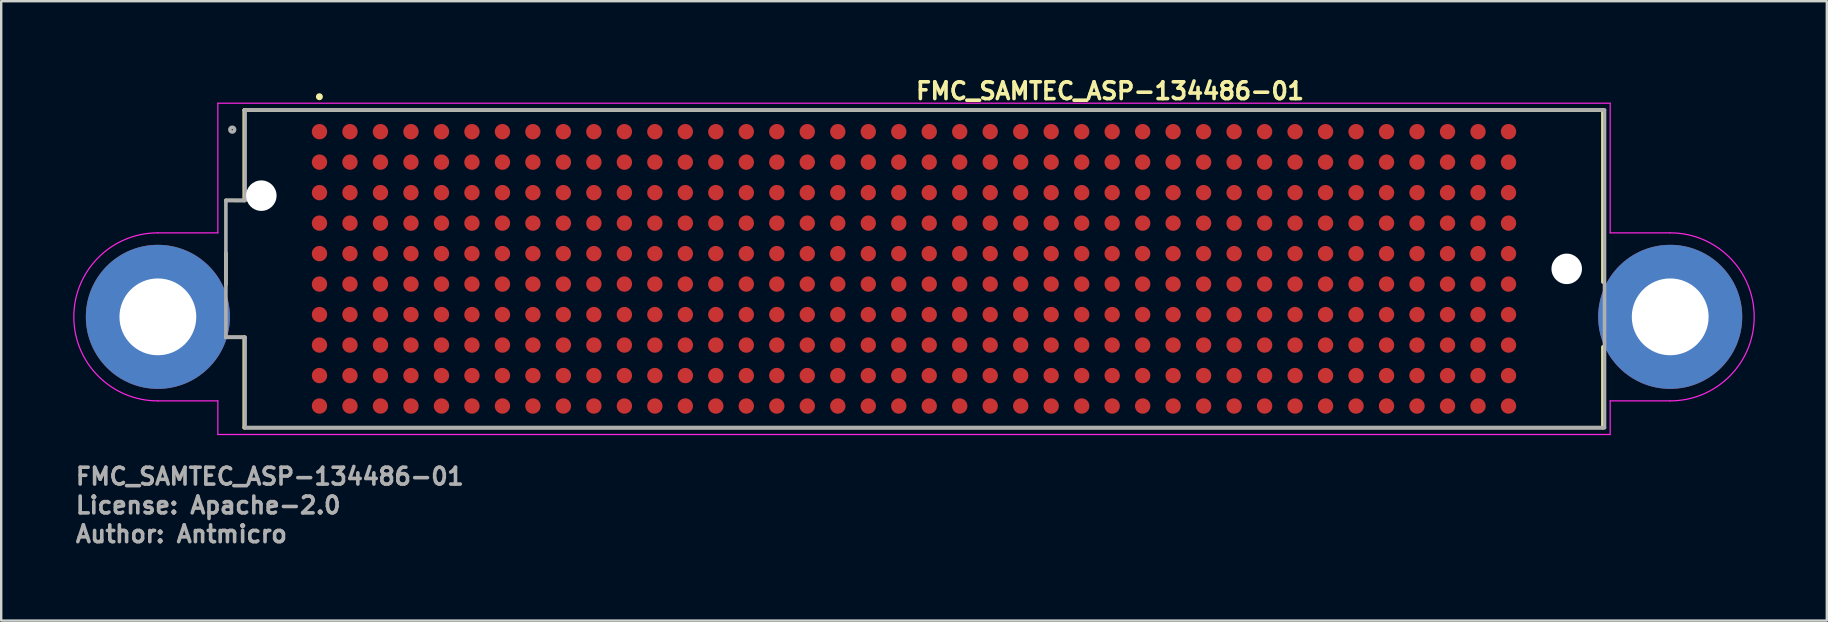
<source format=kicad_pcb>
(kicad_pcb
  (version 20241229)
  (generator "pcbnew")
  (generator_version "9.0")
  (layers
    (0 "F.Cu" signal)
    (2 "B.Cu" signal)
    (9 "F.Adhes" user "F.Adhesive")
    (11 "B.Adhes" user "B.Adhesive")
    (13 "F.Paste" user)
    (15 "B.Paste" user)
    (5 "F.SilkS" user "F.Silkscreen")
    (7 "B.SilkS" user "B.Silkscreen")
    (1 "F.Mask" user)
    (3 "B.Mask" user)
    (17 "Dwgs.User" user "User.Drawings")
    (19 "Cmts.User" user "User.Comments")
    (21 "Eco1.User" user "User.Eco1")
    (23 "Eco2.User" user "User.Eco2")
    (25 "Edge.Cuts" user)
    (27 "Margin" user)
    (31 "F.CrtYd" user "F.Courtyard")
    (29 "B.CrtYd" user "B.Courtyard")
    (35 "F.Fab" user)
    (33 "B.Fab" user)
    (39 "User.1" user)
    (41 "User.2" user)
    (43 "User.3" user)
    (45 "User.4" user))
  (footprint "FMC_SAMTEC_ASP-134486-01"
    (layer "F.Cu")
    (at 35.025 8.15)
    (property "Reference" "FMC_SAMTEC_ASP-134486-01" (at 0 -7 0) (layer "F.SilkS") (effects (font (size 0.7 0.7) (thickness 0.15)) (justify left bottom)))
    (attr smd)
    (fp_line (start -28.665 -2.851) (end -27.9 -2.85) (stroke (width 0.15) (type solid)) (layer "F.SilkS"))
    (fp_line (start -28.665 -0.65) (end -28.665 0.65) (stroke (width 0.15) (type solid)) (layer "F.SilkS"))
    (fp_line (start -28.665 2.85) (end -27.9 2.85) (stroke (width 0.15) (type solid)) (layer "F.SilkS"))
    (fp_line (start -27.9 -6.616) (end -27.9 -2.85) (stroke (width 0.15) (type solid)) (layer "F.SilkS"))
    (fp_line (start -27.9 2.85) (end -27.9 6.615) (stroke (width 0.15) (type solid)) (layer "F.SilkS"))
    (fp_line (start -27.9 6.615) (end 28.7 6.615) (stroke (width 0.15) (type solid)) (layer "F.SilkS"))
    (fp_line (start 28.7 -6.616) (end -27.9 -6.616) (stroke (width 0.15) (type solid)) (layer "F.SilkS"))
    (fp_line (start 28.7 0.55) (end 28.7 -6.616) (stroke (width 0.15) (type solid)) (layer "F.SilkS"))
    (fp_line (start 28.7 6.615) (end 28.7 3.25) (stroke (width 0.15) (type solid)) (layer "F.SilkS"))
    (fp_circle (center -24.77 -7.171) (end -24.72 -7.121) (stroke (width 0.15) (type solid)) (fill yes) (layer "F.SilkS"))
    (fp_circle (center -24.765 -5.715) (end -24.541 -5.715) (stroke (width 0.445) (type solid)) (fill no) (layer "F.Paste"))
    (fp_circle (center -24.765 -4.445) (end -24.541 -4.445) (stroke (width 0.445) (type solid)) (fill no) (layer "F.Paste"))
    (fp_circle (center -24.765 -3.175) (end -24.541 -3.175) (stroke (width 0.445) (type solid)) (fill no) (layer "F.Paste"))
    (fp_circle (center -24.765 -1.905) (end -24.541 -1.905) (stroke (width 0.445) (type solid)) (fill no) (layer "F.Paste"))
    (fp_circle (center -24.765 -0.635) (end -24.541 -0.635) (stroke (width 0.445) (type solid)) (fill no) (layer "F.Paste"))
    (fp_circle (center -24.765 0.635) (end -24.541 0.635) (stroke (width 0.445) (type solid)) (fill no) (layer "F.Paste"))
    (fp_circle (center -24.765 1.905) (end -24.541 1.905) (stroke (width 0.445) (type solid)) (fill no) (layer "F.Paste"))
    (fp_circle (center -24.765 3.175) (end -24.541 3.175) (stroke (width 0.445) (type solid)) (fill no) (layer "F.Paste"))
    (fp_circle (center -24.765 4.445) (end -24.541 4.445) (stroke (width 0.445) (type solid)) (fill no) (layer "F.Paste"))
    (fp_circle (center -24.765 5.715) (end -24.541 5.715) (stroke (width 0.445) (type solid)) (fill no) (layer "F.Paste"))
    (fp_circle (center -23.495 -5.715) (end -23.271 -5.715) (stroke (width 0.445) (type solid)) (fill no) (layer "F.Paste"))
    (fp_circle (center -23.495 -4.445) (end -23.271 -4.445) (stroke (width 0.445) (type solid)) (fill no) (layer "F.Paste"))
    (fp_circle (center -23.495 -3.175) (end -23.271 -3.175) (stroke (width 0.445) (type solid)) (fill no) (layer "F.Paste"))
    (fp_circle (center -23.495 -1.905) (end -23.271 -1.905) (stroke (width 0.445) (type solid)) (fill no) (layer "F.Paste"))
    (fp_circle (center -23.495 -0.635) (end -23.271 -0.635) (stroke (width 0.445) (type solid)) (fill no) (layer "F.Paste"))
    (fp_circle (center -23.495 0.635) (end -23.271 0.635) (stroke (width 0.445) (type solid)) (fill no) (layer "F.Paste"))
    (fp_circle (center -23.495 1.905) (end -23.271 1.905) (stroke (width 0.445) (type solid)) (fill no) (layer "F.Paste"))
    (fp_circle (center -23.495 3.175) (end -23.271 3.175) (stroke (width 0.445) (type solid)) (fill no) (layer "F.Paste"))
    (fp_circle (center -23.495 4.445) (end -23.271 4.445) (stroke (width 0.445) (type solid)) (fill no) (layer "F.Paste"))
    (fp_circle (center -23.495 5.715) (end -23.271 5.715) (stroke (width 0.445) (type solid)) (fill no) (layer "F.Paste"))
    (fp_circle (center -22.225 -5.715) (end -22.001 -5.715) (stroke (width 0.445) (type solid)) (fill no) (layer "F.Paste"))
    (fp_circle (center -22.225 -4.445) (end -22.001 -4.445) (stroke (width 0.445) (type solid)) (fill no) (layer "F.Paste"))
    (fp_circle (center -22.225 -3.175) (end -22.001 -3.175) (stroke (width 0.445) (type solid)) (fill no) (layer "F.Paste"))
    (fp_circle (center -22.225 -1.905) (end -22.001 -1.905) (stroke (width 0.445) (type solid)) (fill no) (layer "F.Paste"))
    (fp_circle (center -22.225 -0.635) (end -22.001 -0.635) (stroke (width 0.445) (type solid)) (fill no) (layer "F.Paste"))
    (fp_circle (center -22.225 0.635) (end -22.001 0.635) (stroke (width 0.445) (type solid)) (fill no) (layer "F.Paste"))
    (fp_circle (center -22.225 1.905) (end -22.001 1.905) (stroke (width 0.445) (type solid)) (fill no) (layer "F.Paste"))
    (fp_circle (center -22.225 3.175) (end -22.001 3.175) (stroke (width 0.445) (type solid)) (fill no) (layer "F.Paste"))
    (fp_circle (center -22.225 4.445) (end -22.001 4.445) (stroke (width 0.445) (type solid)) (fill no) (layer "F.Paste"))
    (fp_circle (center -22.225 5.715) (end -22.001 5.715) (stroke (width 0.445) (type solid)) (fill no) (layer "F.Paste"))
    (fp_circle (center -20.955 -5.715) (end -20.731 -5.715) (stroke (width 0.445) (type solid)) (fill no) (layer "F.Paste"))
    (fp_circle (center -20.955 -4.445) (end -20.731 -4.445) (stroke (width 0.445) (type solid)) (fill no) (layer "F.Paste"))
    (fp_circle (center -20.955 -3.175) (end -20.731 -3.175) (stroke (width 0.445) (type solid)) (fill no) (layer "F.Paste"))
    (fp_circle (center -20.955 -1.905) (end -20.731 -1.905) (stroke (width 0.445) (type solid)) (fill no) (layer "F.Paste"))
    (fp_circle (center -20.955 -0.635) (end -20.731 -0.635) (stroke (width 0.445) (type solid)) (fill no) (layer "F.Paste"))
    (fp_circle (center -20.955 0.635) (end -20.731 0.635) (stroke (width 0.445) (type solid)) (fill no) (layer "F.Paste"))
    (fp_circle (center -20.955 1.905) (end -20.731 1.905) (stroke (width 0.445) (type solid)) (fill no) (layer "F.Paste"))
    (fp_circle (center -20.955 3.175) (end -20.731 3.175) (stroke (width 0.445) (type solid)) (fill no) (layer "F.Paste"))
    (fp_circle (center -20.955 4.445) (end -20.731 4.445) (stroke (width 0.445) (type solid)) (fill no) (layer "F.Paste"))
    (fp_circle (center -20.955 5.715) (end -20.731 5.715) (stroke (width 0.445) (type solid)) (fill no) (layer "F.Paste"))
    (fp_circle (center -19.685 -5.715) (end -19.461 -5.715) (stroke (width 0.445) (type solid)) (fill no) (layer "F.Paste"))
    (fp_circle (center -19.685 -4.445) (end -19.461 -4.445) (stroke (width 0.445) (type solid)) (fill no) (layer "F.Paste"))
    (fp_circle (center -19.685 -3.175) (end -19.461 -3.175) (stroke (width 0.445) (type solid)) (fill no) (layer "F.Paste"))
    (fp_circle (center -19.685 -1.905) (end -19.461 -1.905) (stroke (width 0.445) (type solid)) (fill no) (layer "F.Paste"))
    (fp_circle (center -19.685 -0.635) (end -19.461 -0.635) (stroke (width 0.445) (type solid)) (fill no) (layer "F.Paste"))
    (fp_circle (center -19.685 0.635) (end -19.461 0.635) (stroke (width 0.445) (type solid)) (fill no) (layer "F.Paste"))
    (fp_circle (center -19.685 1.905) (end -19.461 1.905) (stroke (width 0.445) (type solid)) (fill no) (layer "F.Paste"))
    (fp_circle (center -19.685 3.175) (end -19.461 3.175) (stroke (width 0.445) (type solid)) (fill no) (layer "F.Paste"))
    (fp_circle (center -19.685 4.445) (end -19.461 4.445) (stroke (width 0.445) (type solid)) (fill no) (layer "F.Paste"))
    (fp_circle (center -19.685 5.715) (end -19.461 5.715) (stroke (width 0.445) (type solid)) (fill no) (layer "F.Paste"))
    (fp_circle (center -18.415 -5.715) (end -18.191 -5.715) (stroke (width 0.445) (type solid)) (fill no) (layer "F.Paste"))
    (fp_circle (center -18.415 -4.445) (end -18.191 -4.445) (stroke (width 0.445) (type solid)) (fill no) (layer "F.Paste"))
    (fp_circle (center -18.415 -3.175) (end -18.191 -3.175) (stroke (width 0.445) (type solid)) (fill no) (layer "F.Paste"))
    (fp_circle (center -18.415 -1.905) (end -18.191 -1.905) (stroke (width 0.445) (type solid)) (fill no) (layer "F.Paste"))
    (fp_circle (center -18.415 -0.635) (end -18.191 -0.635) (stroke (width 0.445) (type solid)) (fill no) (layer "F.Paste"))
    (fp_circle (center -18.415 0.635) (end -18.191 0.635) (stroke (width 0.445) (type solid)) (fill no) (layer "F.Paste"))
    (fp_circle (center -18.415 1.905) (end -18.191 1.905) (stroke (width 0.445) (type solid)) (fill no) (layer "F.Paste"))
    (fp_circle (center -18.415 3.175) (end -18.191 3.175) (stroke (width 0.445) (type solid)) (fill no) (layer "F.Paste"))
    (fp_circle (center -18.415 4.445) (end -18.191 4.445) (stroke (width 0.445) (type solid)) (fill no) (layer "F.Paste"))
    (fp_circle (center -18.415 5.715) (end -18.191 5.715) (stroke (width 0.445) (type solid)) (fill no) (layer "F.Paste"))
    (fp_circle (center -17.145 -5.715) (end -16.921 -5.715) (stroke (width 0.445) (type solid)) (fill no) (layer "F.Paste"))
    (fp_circle (center -17.145 -4.445) (end -16.921 -4.445) (stroke (width 0.445) (type solid)) (fill no) (layer "F.Paste"))
    (fp_circle (center -17.145 -3.175) (end -16.921 -3.175) (stroke (width 0.445) (type solid)) (fill no) (layer "F.Paste"))
    (fp_circle (center -17.145 -1.905) (end -16.921 -1.905) (stroke (width 0.445) (type solid)) (fill no) (layer "F.Paste"))
    (fp_circle (center -17.145 -0.635) (end -16.921 -0.635) (stroke (width 0.445) (type solid)) (fill no) (layer "F.Paste"))
    (fp_circle (center -17.145 0.635) (end -16.921 0.635) (stroke (width 0.445) (type solid)) (fill no) (layer "F.Paste"))
    (fp_circle (center -17.145 1.905) (end -16.921 1.905) (stroke (width 0.445) (type solid)) (fill no) (layer "F.Paste"))
    (fp_circle (center -17.145 3.175) (end -16.921 3.175) (stroke (width 0.445) (type solid)) (fill no) (layer "F.Paste"))
    (fp_circle (center -17.145 4.445) (end -16.921 4.445) (stroke (width 0.445) (type solid)) (fill no) (layer "F.Paste"))
    (fp_circle (center -17.145 5.715) (end -16.921 5.715) (stroke (width 0.445) (type solid)) (fill no) (layer "F.Paste"))
    (fp_circle (center -15.875 -5.715) (end -15.651 -5.715) (stroke (width 0.445) (type solid)) (fill no) (layer "F.Paste"))
    (fp_circle (center -15.875 -4.445) (end -15.651 -4.445) (stroke (width 0.445) (type solid)) (fill no) (layer "F.Paste"))
    (fp_circle (center -15.875 -3.175) (end -15.651 -3.175) (stroke (width 0.445) (type solid)) (fill no) (layer "F.Paste"))
    (fp_circle (center -15.875 -1.905) (end -15.651 -1.905) (stroke (width 0.445) (type solid)) (fill no) (layer "F.Paste"))
    (fp_circle (center -15.875 -0.635) (end -15.651 -0.635) (stroke (width 0.445) (type solid)) (fill no) (layer "F.Paste"))
    (fp_circle (center -15.875 0.635) (end -15.651 0.635) (stroke (width 0.445) (type solid)) (fill no) (layer "F.Paste"))
    (fp_circle (center -15.875 1.905) (end -15.651 1.905) (stroke (width 0.445) (type solid)) (fill no) (layer "F.Paste"))
    (fp_circle (center -15.875 3.175) (end -15.651 3.175) (stroke (width 0.445) (type solid)) (fill no) (layer "F.Paste"))
    (fp_circle (center -15.875 4.445) (end -15.651 4.445) (stroke (width 0.445) (type solid)) (fill no) (layer "F.Paste"))
    (fp_circle (center -15.875 5.715) (end -15.651 5.715) (stroke (width 0.445) (type solid)) (fill no) (layer "F.Paste"))
    (fp_circle (center -14.605 -5.715) (end -14.381 -5.715) (stroke (width 0.445) (type solid)) (fill no) (layer "F.Paste"))
    (fp_circle (center -14.605 -4.445) (end -14.381 -4.445) (stroke (width 0.445) (type solid)) (fill no) (layer "F.Paste"))
    (fp_circle (center -14.605 -3.175) (end -14.381 -3.175) (stroke (width 0.445) (type solid)) (fill no) (layer "F.Paste"))
    (fp_circle (center -14.605 -1.905) (end -14.381 -1.905) (stroke (width 0.445) (type solid)) (fill no) (layer "F.Paste"))
    (fp_circle (center -14.605 -0.635) (end -14.381 -0.635) (stroke (width 0.445) (type solid)) (fill no) (layer "F.Paste"))
    (fp_circle (center -14.605 0.635) (end -14.381 0.635) (stroke (width 0.445) (type solid)) (fill no) (layer "F.Paste"))
    (fp_circle (center -14.605 1.905) (end -14.381 1.905) (stroke (width 0.445) (type solid)) (fill no) (layer "F.Paste"))
    (fp_circle (center -14.605 3.175) (end -14.381 3.175) (stroke (width 0.445) (type solid)) (fill no) (layer "F.Paste"))
    (fp_circle (center -14.605 4.445) (end -14.381 4.445) (stroke (width 0.445) (type solid)) (fill no) (layer "F.Paste"))
    (fp_circle (center -14.605 5.715) (end -14.381 5.715) (stroke (width 0.445) (type solid)) (fill no) (layer "F.Paste"))
    (fp_circle (center -13.335 -5.715) (end -13.111 -5.715) (stroke (width 0.445) (type solid)) (fill no) (layer "F.Paste"))
    (fp_circle (center -13.335 -4.445) (end -13.111 -4.445) (stroke (width 0.445) (type solid)) (fill no) (layer "F.Paste"))
    (fp_circle (center -13.335 -3.175) (end -13.111 -3.175) (stroke (width 0.445) (type solid)) (fill no) (layer "F.Paste"))
    (fp_circle (center -13.335 -1.905) (end -13.111 -1.905) (stroke (width 0.445) (type solid)) (fill no) (layer "F.Paste"))
    (fp_circle (center -13.335 -0.635) (end -13.111 -0.635) (stroke (width 0.445) (type solid)) (fill no) (layer "F.Paste"))
    (fp_circle (center -13.335 0.635) (end -13.111 0.635) (stroke (width 0.445) (type solid)) (fill no) (layer "F.Paste"))
    (fp_circle (center -13.335 1.905) (end -13.111 1.905) (stroke (width 0.445) (type solid)) (fill no) (layer "F.Paste"))
    (fp_circle (center -13.335 3.175) (end -13.111 3.175) (stroke (width 0.445) (type solid)) (fill no) (layer "F.Paste"))
    (fp_circle (center -13.335 4.445) (end -13.111 4.445) (stroke (width 0.445) (type solid)) (fill no) (layer "F.Paste"))
    (fp_circle (center -13.335 5.715) (end -13.111 5.715) (stroke (width 0.445) (type solid)) (fill no) (layer "F.Paste"))
    (fp_circle (center -12.065 -5.715) (end -11.841 -5.715) (stroke (width 0.445) (type solid)) (fill no) (layer "F.Paste"))
    (fp_circle (center -12.065 -4.445) (end -11.841 -4.445) (stroke (width 0.445) (type solid)) (fill no) (layer "F.Paste"))
    (fp_circle (center -12.065 -3.175) (end -11.841 -3.175) (stroke (width 0.445) (type solid)) (fill no) (layer "F.Paste"))
    (fp_circle (center -12.065 -1.905) (end -11.841 -1.905) (stroke (width 0.445) (type solid)) (fill no) (layer "F.Paste"))
    (fp_circle (center -12.065 -0.635) (end -11.841 -0.635) (stroke (width 0.445) (type solid)) (fill no) (layer "F.Paste"))
    (fp_circle (center -12.065 0.635) (end -11.841 0.635) (stroke (width 0.445) (type solid)) (fill no) (layer "F.Paste"))
    (fp_circle (center -12.065 1.905) (end -11.841 1.905) (stroke (width 0.445) (type solid)) (fill no) (layer "F.Paste"))
    (fp_circle (center -12.065 3.175) (end -11.841 3.175) (stroke (width 0.445) (type solid)) (fill no) (layer "F.Paste"))
    (fp_circle (center -12.065 4.445) (end -11.841 4.445) (stroke (width 0.445) (type solid)) (fill no) (layer "F.Paste"))
    (fp_circle (center -12.065 5.715) (end -11.841 5.715) (stroke (width 0.445) (type solid)) (fill no) (layer "F.Paste"))
    (fp_circle (center -10.795 -5.715) (end -10.571 -5.715) (stroke (width 0.445) (type solid)) (fill no) (layer "F.Paste"))
    (fp_circle (center -10.795 -4.445) (end -10.571 -4.445) (stroke (width 0.445) (type solid)) (fill no) (layer "F.Paste"))
    (fp_circle (center -10.795 -3.175) (end -10.571 -3.175) (stroke (width 0.445) (type solid)) (fill no) (layer "F.Paste"))
    (fp_circle (center -10.795 -1.905) (end -10.571 -1.905) (stroke (width 0.445) (type solid)) (fill no) (layer "F.Paste"))
    (fp_circle (center -10.795 -0.635) (end -10.571 -0.635) (stroke (width 0.445) (type solid)) (fill no) (layer "F.Paste"))
    (fp_circle (center -10.795 0.635) (end -10.571 0.635) (stroke (width 0.445) (type solid)) (fill no) (layer "F.Paste"))
    (fp_circle (center -10.795 1.905) (end -10.571 1.905) (stroke (width 0.445) (type solid)) (fill no) (layer "F.Paste"))
    (fp_circle (center -10.795 3.175) (end -10.571 3.175) (stroke (width 0.445) (type solid)) (fill no) (layer "F.Paste"))
    (fp_circle (center -10.795 4.445) (end -10.571 4.445) (stroke (width 0.445) (type solid)) (fill no) (layer "F.Paste"))
    (fp_circle (center -10.795 5.715) (end -10.571 5.715) (stroke (width 0.445) (type solid)) (fill no) (layer "F.Paste"))
    (fp_circle (center -9.525 -5.715) (end -9.301 -5.715) (stroke (width 0.445) (type solid)) (fill no) (layer "F.Paste"))
    (fp_circle (center -9.525 -4.445) (end -9.301 -4.445) (stroke (width 0.445) (type solid)) (fill no) (layer "F.Paste"))
    (fp_circle (center -9.525 -3.175) (end -9.301 -3.175) (stroke (width 0.445) (type solid)) (fill no) (layer "F.Paste"))
    (fp_circle (center -9.525 -1.905) (end -9.301 -1.905) (stroke (width 0.445) (type solid)) (fill no) (layer "F.Paste"))
    (fp_circle (center -9.525 -0.635) (end -9.301 -0.635) (stroke (width 0.445) (type solid)) (fill no) (layer "F.Paste"))
    (fp_circle (center -9.525 0.635) (end -9.301 0.635) (stroke (width 0.445) (type solid)) (fill no) (layer "F.Paste"))
    (fp_circle (center -9.525 1.905) (end -9.301 1.905) (stroke (width 0.445) (type solid)) (fill no) (layer "F.Paste"))
    (fp_circle (center -9.525 3.175) (end -9.301 3.175) (stroke (width 0.445) (type solid)) (fill no) (layer "F.Paste"))
    (fp_circle (center -9.525 4.445) (end -9.301 4.445) (stroke (width 0.445) (type solid)) (fill no) (layer "F.Paste"))
    (fp_circle (center -9.525 5.715) (end -9.301 5.715) (stroke (width 0.445) (type solid)) (fill no) (layer "F.Paste"))
    (fp_circle (center -8.255 -5.715) (end -8.031 -5.715) (stroke (width 0.445) (type solid)) (fill no) (layer "F.Paste"))
    (fp_circle (center -8.255 -4.445) (end -8.031 -4.445) (stroke (width 0.445) (type solid)) (fill no) (layer "F.Paste"))
    (fp_circle (center -8.255 -3.175) (end -8.031 -3.175) (stroke (width 0.445) (type solid)) (fill no) (layer "F.Paste"))
    (fp_circle (center -8.255 -1.905) (end -8.031 -1.905) (stroke (width 0.445) (type solid)) (fill no) (layer "F.Paste"))
    (fp_circle (center -8.255 -0.635) (end -8.031 -0.635) (stroke (width 0.445) (type solid)) (fill no) (layer "F.Paste"))
    (fp_circle (center -8.255 0.635) (end -8.031 0.635) (stroke (width 0.445) (type solid)) (fill no) (layer "F.Paste"))
    (fp_circle (center -8.255 1.905) (end -8.031 1.905) (stroke (width 0.445) (type solid)) (fill no) (layer "F.Paste"))
    (fp_circle (center -8.255 3.175) (end -8.031 3.175) (stroke (width 0.445) (type solid)) (fill no) (layer "F.Paste"))
    (fp_circle (center -8.255 4.445) (end -8.031 4.445) (stroke (width 0.445) (type solid)) (fill no) (layer "F.Paste"))
    (fp_circle (center -8.255 5.715) (end -8.031 5.715) (stroke (width 0.445) (type solid)) (fill no) (layer "F.Paste"))
    (fp_circle (center -6.985 -5.715) (end -6.761 -5.715) (stroke (width 0.445) (type solid)) (fill no) (layer "F.Paste"))
    (fp_circle (center -6.985 -4.445) (end -6.761 -4.445) (stroke (width 0.445) (type solid)) (fill no) (layer "F.Paste"))
    (fp_circle (center -6.985 -3.175) (end -6.761 -3.175) (stroke (width 0.445) (type solid)) (fill no) (layer "F.Paste"))
    (fp_circle (center -6.985 -1.905) (end -6.761 -1.905) (stroke (width 0.445) (type solid)) (fill no) (layer "F.Paste"))
    (fp_circle (center -6.985 -0.635) (end -6.761 -0.635) (stroke (width 0.445) (type solid)) (fill no) (layer "F.Paste"))
    (fp_circle (center -6.985 0.635) (end -6.761 0.635) (stroke (width 0.445) (type solid)) (fill no) (layer "F.Paste"))
    (fp_circle (center -6.985 1.905) (end -6.761 1.905) (stroke (width 0.445) (type solid)) (fill no) (layer "F.Paste"))
    (fp_circle (center -6.985 3.175) (end -6.761 3.175) (stroke (width 0.445) (type solid)) (fill no) (layer "F.Paste"))
    (fp_circle (center -6.985 4.445) (end -6.761 4.445) (stroke (width 0.445) (type solid)) (fill no) (layer "F.Paste"))
    (fp_circle (center -6.985 5.715) (end -6.761 5.715) (stroke (width 0.445) (type solid)) (fill no) (layer "F.Paste"))
    (fp_circle (center -5.715 -5.715) (end -5.491 -5.715) (stroke (width 0.445) (type solid)) (fill no) (layer "F.Paste"))
    (fp_circle (center -5.715 -4.445) (end -5.491 -4.445) (stroke (width 0.445) (type solid)) (fill no) (layer "F.Paste"))
    (fp_circle (center -5.715 -3.175) (end -5.491 -3.175) (stroke (width 0.445) (type solid)) (fill no) (layer "F.Paste"))
    (fp_circle (center -5.715 -1.905) (end -5.491 -1.905) (stroke (width 0.445) (type solid)) (fill no) (layer "F.Paste"))
    (fp_circle (center -5.715 -0.635) (end -5.491 -0.635) (stroke (width 0.445) (type solid)) (fill no) (layer "F.Paste"))
    (fp_circle (center -5.715 0.635) (end -5.491 0.635) (stroke (width 0.445) (type solid)) (fill no) (layer "F.Paste"))
    (fp_circle (center -5.715 1.905) (end -5.491 1.905) (stroke (width 0.445) (type solid)) (fill no) (layer "F.Paste"))
    (fp_circle (center -5.715 3.175) (end -5.491 3.175) (stroke (width 0.445) (type solid)) (fill no) (layer "F.Paste"))
    (fp_circle (center -5.715 4.445) (end -5.491 4.445) (stroke (width 0.445) (type solid)) (fill no) (layer "F.Paste"))
    (fp_circle (center -5.715 5.715) (end -5.491 5.715) (stroke (width 0.445) (type solid)) (fill no) (layer "F.Paste"))
    (fp_circle (center -4.445 -5.715) (end -4.221 -5.715) (stroke (width 0.445) (type solid)) (fill no) (layer "F.Paste"))
    (fp_circle (center -4.445 -4.445) (end -4.221 -4.445) (stroke (width 0.445) (type solid)) (fill no) (layer "F.Paste"))
    (fp_circle (center -4.445 -3.175) (end -4.221 -3.175) (stroke (width 0.445) (type solid)) (fill no) (layer "F.Paste"))
    (fp_circle (center -4.445 -1.905) (end -4.221 -1.905) (stroke (width 0.445) (type solid)) (fill no) (layer "F.Paste"))
    (fp_circle (center -4.445 -0.635) (end -4.221 -0.635) (stroke (width 0.445) (type solid)) (fill no) (layer "F.Paste"))
    (fp_circle (center -4.445 0.635) (end -4.221 0.635) (stroke (width 0.445) (type solid)) (fill no) (layer "F.Paste"))
    (fp_circle (center -4.445 1.905) (end -4.221 1.905) (stroke (width 0.445) (type solid)) (fill no) (layer "F.Paste"))
    (fp_circle (center -4.445 3.175) (end -4.221 3.175) (stroke (width 0.445) (type solid)) (fill no) (layer "F.Paste"))
    (fp_circle (center -4.445 4.445) (end -4.221 4.445) (stroke (width 0.445) (type solid)) (fill no) (layer "F.Paste"))
    (fp_circle (center -4.445 5.715) (end -4.221 5.715) (stroke (width 0.445) (type solid)) (fill no) (layer "F.Paste"))
    (fp_circle (center -3.175 -5.715) (end -2.951 -5.715) (stroke (width 0.445) (type solid)) (fill no) (layer "F.Paste"))
    (fp_circle (center -3.175 -4.445) (end -2.951 -4.445) (stroke (width 0.445) (type solid)) (fill no) (layer "F.Paste"))
    (fp_circle (center -3.175 -3.175) (end -2.951 -3.175) (stroke (width 0.445) (type solid)) (fill no) (layer "F.Paste"))
    (fp_circle (center -3.175 -1.905) (end -2.951 -1.905) (stroke (width 0.445) (type solid)) (fill no) (layer "F.Paste"))
    (fp_circle (center -3.175 -0.635) (end -2.951 -0.635) (stroke (width 0.445) (type solid)) (fill no) (layer "F.Paste"))
    (fp_circle (center -3.175 0.635) (end -2.951 0.635) (stroke (width 0.445) (type solid)) (fill no) (layer "F.Paste"))
    (fp_circle (center -3.175 1.905) (end -2.951 1.905) (stroke (width 0.445) (type solid)) (fill no) (layer "F.Paste"))
    (fp_circle (center -3.175 3.175) (end -2.951 3.175) (stroke (width 0.445) (type solid)) (fill no) (layer "F.Paste"))
    (fp_circle (center -3.175 4.445) (end -2.951 4.445) (stroke (width 0.445) (type solid)) (fill no) (layer "F.Paste"))
    (fp_circle (center -3.175 5.715) (end -2.951 5.715) (stroke (width 0.445) (type solid)) (fill no) (layer "F.Paste"))
    (fp_circle (center -1.905 -5.715) (end -1.681 -5.715) (stroke (width 0.445) (type solid)) (fill no) (layer "F.Paste"))
    (fp_circle (center -1.905 -4.445) (end -1.681 -4.445) (stroke (width 0.445) (type solid)) (fill no) (layer "F.Paste"))
    (fp_circle (center -1.905 -3.175) (end -1.681 -3.175) (stroke (width 0.445) (type solid)) (fill no) (layer "F.Paste"))
    (fp_circle (center -1.905 -1.905) (end -1.681 -1.905) (stroke (width 0.445) (type solid)) (fill no) (layer "F.Paste"))
    (fp_circle (center -1.905 -0.635) (end -1.681 -0.635) (stroke (width 0.445) (type solid)) (fill no) (layer "F.Paste"))
    (fp_circle (center -1.905 0.635) (end -1.681 0.635) (stroke (width 0.445) (type solid)) (fill no) (layer "F.Paste"))
    (fp_circle (center -1.905 1.905) (end -1.681 1.905) (stroke (width 0.445) (type solid)) (fill no) (layer "F.Paste"))
    (fp_circle (center -1.905 3.175) (end -1.681 3.175) (stroke (width 0.445) (type solid)) (fill no) (layer "F.Paste"))
    (fp_circle (center -1.905 4.445) (end -1.681 4.445) (stroke (width 0.445) (type solid)) (fill no) (layer "F.Paste"))
    (fp_circle (center -1.905 5.715) (end -1.681 5.715) (stroke (width 0.445) (type solid)) (fill no) (layer "F.Paste"))
    (fp_circle (center -0.635 -5.715) (end -0.411 -5.715) (stroke (width 0.445) (type solid)) (fill no) (layer "F.Paste"))
    (fp_circle (center -0.635 -4.445) (end -0.411 -4.445) (stroke (width 0.445) (type solid)) (fill no) (layer "F.Paste"))
    (fp_circle (center -0.635 -3.175) (end -0.411 -3.175) (stroke (width 0.445) (type solid)) (fill no) (layer "F.Paste"))
    (fp_circle (center -0.635 -1.905) (end -0.411 -1.905) (stroke (width 0.445) (type solid)) (fill no) (layer "F.Paste"))
    (fp_circle (center -0.635 -0.635) (end -0.411 -0.635) (stroke (width 0.445) (type solid)) (fill no) (layer "F.Paste"))
    (fp_circle (center -0.635 0.635) (end -0.411 0.635) (stroke (width 0.445) (type solid)) (fill no) (layer "F.Paste"))
    (fp_circle (center -0.635 1.905) (end -0.411 1.905) (stroke (width 0.445) (type solid)) (fill no) (layer "F.Paste"))
    (fp_circle (center -0.635 3.175) (end -0.411 3.175) (stroke (width 0.445) (type solid)) (fill no) (layer "F.Paste"))
    (fp_circle (center -0.635 4.445) (end -0.411 4.445) (stroke (width 0.445) (type solid)) (fill no) (layer "F.Paste"))
    (fp_circle (center -0.635 5.715) (end -0.411 5.715) (stroke (width 0.445) (type solid)) (fill no) (layer "F.Paste"))
    (fp_circle (center 0.635 -5.715) (end 0.859 -5.715) (stroke (width 0.445) (type solid)) (fill no) (layer "F.Paste"))
    (fp_circle (center 0.635 -4.445) (end 0.859 -4.445) (stroke (width 0.445) (type solid)) (fill no) (layer "F.Paste"))
    (fp_circle (center 0.635 -3.175) (end 0.859 -3.175) (stroke (width 0.445) (type solid)) (fill no) (layer "F.Paste"))
    (fp_circle (center 0.635 -1.905) (end 0.859 -1.905) (stroke (width 0.445) (type solid)) (fill no) (layer "F.Paste"))
    (fp_circle (center 0.635 -0.635) (end 0.859 -0.635) (stroke (width 0.445) (type solid)) (fill no) (layer "F.Paste"))
    (fp_circle (center 0.635 0.635) (end 0.859 0.635) (stroke (width 0.445) (type solid)) (fill no) (layer "F.Paste"))
    (fp_circle (center 0.635 1.905) (end 0.859 1.905) (stroke (width 0.445) (type solid)) (fill no) (layer "F.Paste"))
    (fp_circle (center 0.635 3.175) (end 0.859 3.175) (stroke (width 0.445) (type solid)) (fill no) (layer "F.Paste"))
    (fp_circle (center 0.635 4.445) (end 0.859 4.445) (stroke (width 0.445) (type solid)) (fill no) (layer "F.Paste"))
    (fp_circle (center 0.635 5.715) (end 0.859 5.715) (stroke (width 0.445) (type solid)) (fill no) (layer "F.Paste"))
    (fp_circle (center 1.905 -5.715) (end 2.129 -5.715) (stroke (width 0.445) (type solid)) (fill no) (layer "F.Paste"))
    (fp_circle (center 1.905 -4.445) (end 2.129 -4.445) (stroke (width 0.445) (type solid)) (fill no) (layer "F.Paste"))
    (fp_circle (center 1.905 -3.175) (end 2.129 -3.175) (stroke (width 0.445) (type solid)) (fill no) (layer "F.Paste"))
    (fp_circle (center 1.905 -1.905) (end 2.129 -1.905) (stroke (width 0.445) (type solid)) (fill no) (layer "F.Paste"))
    (fp_circle (center 1.905 -0.635) (end 2.129 -0.635) (stroke (width 0.445) (type solid)) (fill no) (layer "F.Paste"))
    (fp_circle (center 1.905 0.635) (end 2.129 0.635) (stroke (width 0.445) (type solid)) (fill no) (layer "F.Paste"))
    (fp_circle (center 1.905 1.905) (end 2.129 1.905) (stroke (width 0.445) (type solid)) (fill no) (layer "F.Paste"))
    (fp_circle (center 1.905 3.175) (end 2.129 3.175) (stroke (width 0.445) (type solid)) (fill no) (layer "F.Paste"))
    (fp_circle (center 1.905 4.445) (end 2.129 4.445) (stroke (width 0.445) (type solid)) (fill no) (layer "F.Paste"))
    (fp_circle (center 1.905 5.715) (end 2.129 5.715) (stroke (width 0.445) (type solid)) (fill no) (layer "F.Paste"))
    (fp_circle (center 3.175 -5.715) (end 3.399 -5.715) (stroke (width 0.445) (type solid)) (fill no) (layer "F.Paste"))
    (fp_circle (center 3.175 -4.445) (end 3.399 -4.445) (stroke (width 0.445) (type solid)) (fill no) (layer "F.Paste"))
    (fp_circle (center 3.175 -3.175) (end 3.399 -3.175) (stroke (width 0.445) (type solid)) (fill no) (layer "F.Paste"))
    (fp_circle (center 3.175 -1.905) (end 3.399 -1.905) (stroke (width 0.445) (type solid)) (fill no) (layer "F.Paste"))
    (fp_circle (center 3.175 -0.635) (end 3.399 -0.635) (stroke (width 0.445) (type solid)) (fill no) (layer "F.Paste"))
    (fp_circle (center 3.175 0.635) (end 3.399 0.635) (stroke (width 0.445) (type solid)) (fill no) (layer "F.Paste"))
    (fp_circle (center 3.175 1.905) (end 3.399 1.905) (stroke (width 0.445) (type solid)) (fill no) (layer "F.Paste"))
    (fp_circle (center 3.175 3.175) (end 3.399 3.175) (stroke (width 0.445) (type solid)) (fill no) (layer "F.Paste"))
    (fp_circle (center 3.175 4.445) (end 3.399 4.445) (stroke (width 0.445) (type solid)) (fill no) (layer "F.Paste"))
    (fp_circle (center 3.175 5.715) (end 3.399 5.715) (stroke (width 0.445) (type solid)) (fill no) (layer "F.Paste"))
    (fp_circle (center 4.445 -5.715) (end 4.669 -5.715) (stroke (width 0.445) (type solid)) (fill no) (layer "F.Paste"))
    (fp_circle (center 4.445 -4.445) (end 4.669 -4.445) (stroke (width 0.445) (type solid)) (fill no) (layer "F.Paste"))
    (fp_circle (center 4.445 -3.175) (end 4.669 -3.175) (stroke (width 0.445) (type solid)) (fill no) (layer "F.Paste"))
    (fp_circle (center 4.445 -1.905) (end 4.669 -1.905) (stroke (width 0.445) (type solid)) (fill no) (layer "F.Paste"))
    (fp_circle (center 4.445 -0.635) (end 4.669 -0.635) (stroke (width 0.445) (type solid)) (fill no) (layer "F.Paste"))
    (fp_circle (center 4.445 0.635) (end 4.669 0.635) (stroke (width 0.445) (type solid)) (fill no) (layer "F.Paste"))
    (fp_circle (center 4.445 1.905) (end 4.669 1.905) (stroke (width 0.445) (type solid)) (fill no) (layer "F.Paste"))
    (fp_circle (center 4.445 3.175) (end 4.669 3.175) (stroke (width 0.445) (type solid)) (fill no) (layer "F.Paste"))
    (fp_circle (center 4.445 4.445) (end 4.669 4.445) (stroke (width 0.445) (type solid)) (fill no) (layer "F.Paste"))
    (fp_circle (center 4.445 5.715) (end 4.669 5.715) (stroke (width 0.445) (type solid)) (fill no) (layer "F.Paste"))
    (fp_circle (center 5.715 -5.715) (end 5.939 -5.715) (stroke (width 0.445) (type solid)) (fill no) (layer "F.Paste"))
    (fp_circle (center 5.715 -4.445) (end 5.939 -4.445) (stroke (width 0.445) (type solid)) (fill no) (layer "F.Paste"))
    (fp_circle (center 5.715 -3.175) (end 5.939 -3.175) (stroke (width 0.445) (type solid)) (fill no) (layer "F.Paste"))
    (fp_circle (center 5.715 -1.905) (end 5.939 -1.905) (stroke (width 0.445) (type solid)) (fill no) (layer "F.Paste"))
    (fp_circle (center 5.715 -0.635) (end 5.939 -0.635) (stroke (width 0.445) (type solid)) (fill no) (layer "F.Paste"))
    (fp_circle (center 5.715 0.635) (end 5.939 0.635) (stroke (width 0.445) (type solid)) (fill no) (layer "F.Paste"))
    (fp_circle (center 5.715 1.905) (end 5.939 1.905) (stroke (width 0.445) (type solid)) (fill no) (layer "F.Paste"))
    (fp_circle (center 5.715 3.175) (end 5.939 3.175) (stroke (width 0.445) (type solid)) (fill no) (layer "F.Paste"))
    (fp_circle (center 5.715 4.445) (end 5.939 4.445) (stroke (width 0.445) (type solid)) (fill no) (layer "F.Paste"))
    (fp_circle (center 5.715 5.715) (end 5.939 5.715) (stroke (width 0.445) (type solid)) (fill no) (layer "F.Paste"))
    (fp_circle (center 6.985 -5.715) (end 7.209 -5.715) (stroke (width 0.445) (type solid)) (fill no) (layer "F.Paste"))
    (fp_circle (center 6.985 -4.445) (end 7.209 -4.445) (stroke (width 0.445) (type solid)) (fill no) (layer "F.Paste"))
    (fp_circle (center 6.985 -3.175) (end 7.209 -3.175) (stroke (width 0.445) (type solid)) (fill no) (layer "F.Paste"))
    (fp_circle (center 6.985 -1.905) (end 7.209 -1.905) (stroke (width 0.445) (type solid)) (fill no) (layer "F.Paste"))
    (fp_circle (center 6.985 -0.635) (end 7.209 -0.635) (stroke (width 0.445) (type solid)) (fill no) (layer "F.Paste"))
    (fp_circle (center 6.985 0.635) (end 7.209 0.635) (stroke (width 0.445) (type solid)) (fill no) (layer "F.Paste"))
    (fp_circle (center 6.985 1.905) (end 7.209 1.905) (stroke (width 0.445) (type solid)) (fill no) (layer "F.Paste"))
    (fp_circle (center 6.985 3.175) (end 7.209 3.175) (stroke (width 0.445) (type solid)) (fill no) (layer "F.Paste"))
    (fp_circle (center 6.985 4.445) (end 7.209 4.445) (stroke (width 0.445) (type solid)) (fill no) (layer "F.Paste"))
    (fp_circle (center 6.985 5.715) (end 7.209 5.715) (stroke (width 0.445) (type solid)) (fill no) (layer "F.Paste"))
    (fp_circle (center 8.255 -5.715) (end 8.479 -5.715) (stroke (width 0.445) (type solid)) (fill no) (layer "F.Paste"))
    (fp_circle (center 8.255 -4.445) (end 8.479 -4.445) (stroke (width 0.445) (type solid)) (fill no) (layer "F.Paste"))
    (fp_circle (center 8.255 -3.175) (end 8.479 -3.175) (stroke (width 0.445) (type solid)) (fill no) (layer "F.Paste"))
    (fp_circle (center 8.255 -1.905) (end 8.479 -1.905) (stroke (width 0.445) (type solid)) (fill no) (layer "F.Paste"))
    (fp_circle (center 8.255 -0.635) (end 8.479 -0.635) (stroke (width 0.445) (type solid)) (fill no) (layer "F.Paste"))
    (fp_circle (center 8.255 0.635) (end 8.479 0.635) (stroke (width 0.445) (type solid)) (fill no) (layer "F.Paste"))
    (fp_circle (center 8.255 1.905) (end 8.479 1.905) (stroke (width 0.445) (type solid)) (fill no) (layer "F.Paste"))
    (fp_circle (center 8.255 3.175) (end 8.479 3.175) (stroke (width 0.445) (type solid)) (fill no) (layer "F.Paste"))
    (fp_circle (center 8.255 4.445) (end 8.479 4.445) (stroke (width 0.445) (type solid)) (fill no) (layer "F.Paste"))
    (fp_circle (center 8.255 5.715) (end 8.479 5.715) (stroke (width 0.445) (type solid)) (fill no) (layer "F.Paste"))
    (fp_circle (center 9.525 -5.715) (end 9.749 -5.715) (stroke (width 0.445) (type solid)) (fill no) (layer "F.Paste"))
    (fp_circle (center 9.525 -4.445) (end 9.749 -4.445) (stroke (width 0.445) (type solid)) (fill no) (layer "F.Paste"))
    (fp_circle (center 9.525 -3.175) (end 9.749 -3.175) (stroke (width 0.445) (type solid)) (fill no) (layer "F.Paste"))
    (fp_circle (center 9.525 -1.905) (end 9.749 -1.905) (stroke (width 0.445) (type solid)) (fill no) (layer "F.Paste"))
    (fp_circle (center 9.525 -0.635) (end 9.749 -0.635) (stroke (width 0.445) (type solid)) (fill no) (layer "F.Paste"))
    (fp_circle (center 9.525 0.635) (end 9.749 0.635) (stroke (width 0.445) (type solid)) (fill no) (layer "F.Paste"))
    (fp_circle (center 9.525 1.905) (end 9.749 1.905) (stroke (width 0.445) (type solid)) (fill no) (layer "F.Paste"))
    (fp_circle (center 9.525 3.175) (end 9.749 3.175) (stroke (width 0.445) (type solid)) (fill no) (layer "F.Paste"))
    (fp_circle (center 9.525 4.445) (end 9.749 4.445) (stroke (width 0.445) (type solid)) (fill no) (layer "F.Paste"))
    (fp_circle (center 9.525 5.715) (end 9.749 5.715) (stroke (width 0.445) (type solid)) (fill no) (layer "F.Paste"))
    (fp_circle (center 10.795 -5.715) (end 11.019 -5.715) (stroke (width 0.445) (type solid)) (fill no) (layer "F.Paste"))
    (fp_circle (center 10.795 -4.445) (end 11.019 -4.445) (stroke (width 0.445) (type solid)) (fill no) (layer "F.Paste"))
    (fp_circle (center 10.795 -3.175) (end 11.019 -3.175) (stroke (width 0.445) (type solid)) (fill no) (layer "F.Paste"))
    (fp_circle (center 10.795 -1.905) (end 11.019 -1.905) (stroke (width 0.445) (type solid)) (fill no) (layer "F.Paste"))
    (fp_circle (center 10.795 -0.635) (end 11.019 -0.635) (stroke (width 0.445) (type solid)) (fill no) (layer "F.Paste"))
    (fp_circle (center 10.795 0.635) (end 11.019 0.635) (stroke (width 0.445) (type solid)) (fill no) (layer "F.Paste"))
    (fp_circle (center 10.795 1.905) (end 11.019 1.905) (stroke (width 0.445) (type solid)) (fill no) (layer "F.Paste"))
    (fp_circle (center 10.795 3.175) (end 11.019 3.175) (stroke (width 0.445) (type solid)) (fill no) (layer "F.Paste"))
    (fp_circle (center 10.795 4.445) (end 11.019 4.445) (stroke (width 0.445) (type solid)) (fill no) (layer "F.Paste"))
    (fp_circle (center 10.795 5.715) (end 11.019 5.715) (stroke (width 0.445) (type solid)) (fill no) (layer "F.Paste"))
    (fp_circle (center 12.065 -5.715) (end 12.289 -5.715) (stroke (width 0.445) (type solid)) (fill no) (layer "F.Paste"))
    (fp_circle (center 12.065 -4.445) (end 12.289 -4.445) (stroke (width 0.445) (type solid)) (fill no) (layer "F.Paste"))
    (fp_circle (center 12.065 -3.175) (end 12.289 -3.175) (stroke (width 0.445) (type solid)) (fill no) (layer "F.Paste"))
    (fp_circle (center 12.065 -1.905) (end 12.289 -1.905) (stroke (width 0.445) (type solid)) (fill no) (layer "F.Paste"))
    (fp_circle (center 12.065 -0.635) (end 12.289 -0.635) (stroke (width 0.445) (type solid)) (fill no) (layer "F.Paste"))
    (fp_circle (center 12.065 0.635) (end 12.289 0.635) (stroke (width 0.445) (type solid)) (fill no) (layer "F.Paste"))
    (fp_circle (center 12.065 1.905) (end 12.289 1.905) (stroke (width 0.445) (type solid)) (fill no) (layer "F.Paste"))
    (fp_circle (center 12.065 3.175) (end 12.289 3.175) (stroke (width 0.445) (type solid)) (fill no) (layer "F.Paste"))
    (fp_circle (center 12.065 4.445) (end 12.289 4.445) (stroke (width 0.445) (type solid)) (fill no) (layer "F.Paste"))
    (fp_circle (center 12.065 5.715) (end 12.289 5.715) (stroke (width 0.445) (type solid)) (fill no) (layer "F.Paste"))
    (fp_circle (center 13.335 -5.715) (end 13.559 -5.715) (stroke (width 0.445) (type solid)) (fill no) (layer "F.Paste"))
    (fp_circle (center 13.335 -4.445) (end 13.559 -4.445) (stroke (width 0.445) (type solid)) (fill no) (layer "F.Paste"))
    (fp_circle (center 13.335 -3.175) (end 13.559 -3.175) (stroke (width 0.445) (type solid)) (fill no) (layer "F.Paste"))
    (fp_circle (center 13.335 -1.905) (end 13.559 -1.905) (stroke (width 0.445) (type solid)) (fill no) (layer "F.Paste"))
    (fp_circle (center 13.335 -0.635) (end 13.559 -0.635) (stroke (width 0.445) (type solid)) (fill no) (layer "F.Paste"))
    (fp_circle (center 13.335 0.635) (end 13.559 0.635) (stroke (width 0.445) (type solid)) (fill no) (layer "F.Paste"))
    (fp_circle (center 13.335 1.905) (end 13.559 1.905) (stroke (width 0.445) (type solid)) (fill no) (layer "F.Paste"))
    (fp_circle (center 13.335 3.175) (end 13.559 3.175) (stroke (width 0.445) (type solid)) (fill no) (layer "F.Paste"))
    (fp_circle (center 13.335 4.445) (end 13.559 4.445) (stroke (width 0.445) (type solid)) (fill no) (layer "F.Paste"))
    (fp_circle (center 13.335 5.715) (end 13.559 5.715) (stroke (width 0.445) (type solid)) (fill no) (layer "F.Paste"))
    (fp_circle (center 14.605 -5.715) (end 14.829 -5.715) (stroke (width 0.445) (type solid)) (fill no) (layer "F.Paste"))
    (fp_circle (center 14.605 -4.445) (end 14.829 -4.445) (stroke (width 0.445) (type solid)) (fill no) (layer "F.Paste"))
    (fp_circle (center 14.605 -3.175) (end 14.829 -3.175) (stroke (width 0.445) (type solid)) (fill no) (layer "F.Paste"))
    (fp_circle (center 14.605 -1.905) (end 14.829 -1.905) (stroke (width 0.445) (type solid)) (fill no) (layer "F.Paste"))
    (fp_circle (center 14.605 -0.635) (end 14.829 -0.635) (stroke (width 0.445) (type solid)) (fill no) (layer "F.Paste"))
    (fp_circle (center 14.605 0.635) (end 14.829 0.635) (stroke (width 0.445) (type solid)) (fill no) (layer "F.Paste"))
    (fp_circle (center 14.605 1.905) (end 14.829 1.905) (stroke (width 0.445) (type solid)) (fill no) (layer "F.Paste"))
    (fp_circle (center 14.605 3.175) (end 14.829 3.175) (stroke (width 0.445) (type solid)) (fill no) (layer "F.Paste"))
    (fp_circle (center 14.605 4.445) (end 14.829 4.445) (stroke (width 0.445) (type solid)) (fill no) (layer "F.Paste"))
    (fp_circle (center 14.605 5.715) (end 14.829 5.715) (stroke (width 0.445) (type solid)) (fill no) (layer "F.Paste"))
    (fp_circle (center 15.875 -5.715) (end 16.099 -5.715) (stroke (width 0.445) (type solid)) (fill no) (layer "F.Paste"))
    (fp_circle (center 15.875 -4.445) (end 16.099 -4.445) (stroke (width 0.445) (type solid)) (fill no) (layer "F.Paste"))
    (fp_circle (center 15.875 -3.175) (end 16.099 -3.175) (stroke (width 0.445) (type solid)) (fill no) (layer "F.Paste"))
    (fp_circle (center 15.875 -1.905) (end 16.099 -1.905) (stroke (width 0.445) (type solid)) (fill no) (layer "F.Paste"))
    (fp_circle (center 15.875 -0.635) (end 16.099 -0.635) (stroke (width 0.445) (type solid)) (fill no) (layer "F.Paste"))
    (fp_circle (center 15.875 0.635) (end 16.099 0.635) (stroke (width 0.445) (type solid)) (fill no) (layer "F.Paste"))
    (fp_circle (center 15.875 1.905) (end 16.099 1.905) (stroke (width 0.445) (type solid)) (fill no) (layer "F.Paste"))
    (fp_circle (center 15.875 3.175) (end 16.099 3.175) (stroke (width 0.445) (type solid)) (fill no) (layer "F.Paste"))
    (fp_circle (center 15.875 4.445) (end 16.099 4.445) (stroke (width 0.445) (type solid)) (fill no) (layer "F.Paste"))
    (fp_circle (center 15.875 5.715) (end 16.099 5.715) (stroke (width 0.445) (type solid)) (fill no) (layer "F.Paste"))
    (fp_circle (center 17.145 -5.715) (end 17.369 -5.715) (stroke (width 0.445) (type solid)) (fill no) (layer "F.Paste"))
    (fp_circle (center 17.145 -4.445) (end 17.369 -4.445) (stroke (width 0.445) (type solid)) (fill no) (layer "F.Paste"))
    (fp_circle (center 17.145 -3.175) (end 17.369 -3.175) (stroke (width 0.445) (type solid)) (fill no) (layer "F.Paste"))
    (fp_circle (center 17.145 -1.905) (end 17.369 -1.905) (stroke (width 0.445) (type solid)) (fill no) (layer "F.Paste"))
    (fp_circle (center 17.145 -0.635) (end 17.369 -0.635) (stroke (width 0.445) (type solid)) (fill no) (layer "F.Paste"))
    (fp_circle (center 17.145 0.635) (end 17.369 0.635) (stroke (width 0.445) (type solid)) (fill no) (layer "F.Paste"))
    (fp_circle (center 17.145 1.905) (end 17.369 1.905) (stroke (width 0.445) (type solid)) (fill no) (layer "F.Paste"))
    (fp_circle (center 17.145 3.175) (end 17.369 3.175) (stroke (width 0.445) (type solid)) (fill no) (layer "F.Paste"))
    (fp_circle (center 17.145 4.445) (end 17.369 4.445) (stroke (width 0.445) (type solid)) (fill no) (layer "F.Paste"))
    (fp_circle (center 17.145 5.715) (end 17.369 5.715) (stroke (width 0.445) (type solid)) (fill no) (layer "F.Paste"))
    (fp_circle (center 18.415 -5.715) (end 18.639 -5.715) (stroke (width 0.445) (type solid)) (fill no) (layer "F.Paste"))
    (fp_circle (center 18.415 -4.445) (end 18.639 -4.445) (stroke (width 0.445) (type solid)) (fill no) (layer "F.Paste"))
    (fp_circle (center 18.415 -3.175) (end 18.639 -3.175) (stroke (width 0.445) (type solid)) (fill no) (layer "F.Paste"))
    (fp_circle (center 18.415 -1.905) (end 18.639 -1.905) (stroke (width 0.445) (type solid)) (fill no) (layer "F.Paste"))
    (fp_circle (center 18.415 -0.635) (end 18.639 -0.635) (stroke (width 0.445) (type solid)) (fill no) (layer "F.Paste"))
    (fp_circle (center 18.415 0.635) (end 18.639 0.635) (stroke (width 0.445) (type solid)) (fill no) (layer "F.Paste"))
    (fp_circle (center 18.415 1.905) (end 18.639 1.905) (stroke (width 0.445) (type solid)) (fill no) (layer "F.Paste"))
    (fp_circle (center 18.415 3.175) (end 18.639 3.175) (stroke (width 0.445) (type solid)) (fill no) (layer "F.Paste"))
    (fp_circle (center 18.415 4.445) (end 18.639 4.445) (stroke (width 0.445) (type solid)) (fill no) (layer "F.Paste"))
    (fp_circle (center 18.415 5.715) (end 18.639 5.715) (stroke (width 0.445) (type solid)) (fill no) (layer "F.Paste"))
    (fp_circle (center 19.685 -5.715) (end 19.909 -5.715) (stroke (width 0.445) (type solid)) (fill no) (layer "F.Paste"))
    (fp_circle (center 19.685 -4.445) (end 19.909 -4.445) (stroke (width 0.445) (type solid)) (fill no) (layer "F.Paste"))
    (fp_circle (center 19.685 -3.175) (end 19.909 -3.175) (stroke (width 0.445) (type solid)) (fill no) (layer "F.Paste"))
    (fp_circle (center 19.685 -1.905) (end 19.909 -1.905) (stroke (width 0.445) (type solid)) (fill no) (layer "F.Paste"))
    (fp_circle (center 19.685 -0.635) (end 19.909 -0.635) (stroke (width 0.445) (type solid)) (fill no) (layer "F.Paste"))
    (fp_circle (center 19.685 0.635) (end 19.909 0.635) (stroke (width 0.445) (type solid)) (fill no) (layer "F.Paste"))
    (fp_circle (center 19.685 1.905) (end 19.909 1.905) (stroke (width 0.445) (type solid)) (fill no) (layer "F.Paste"))
    (fp_circle (center 19.685 3.175) (end 19.909 3.175) (stroke (width 0.445) (type solid)) (fill no) (layer "F.Paste"))
    (fp_circle (center 19.685 4.445) (end 19.909 4.445) (stroke (width 0.445) (type solid)) (fill no) (layer "F.Paste"))
    (fp_circle (center 19.685 5.715) (end 19.909 5.715) (stroke (width 0.445) (type solid)) (fill no) (layer "F.Paste"))
    (fp_circle (center 20.955 -5.715) (end 21.179 -5.715) (stroke (width 0.445) (type solid)) (fill no) (layer "F.Paste"))
    (fp_circle (center 20.955 -4.445) (end 21.179 -4.445) (stroke (width 0.445) (type solid)) (fill no) (layer "F.Paste"))
    (fp_circle (center 20.955 -3.175) (end 21.179 -3.175) (stroke (width 0.445) (type solid)) (fill no) (layer "F.Paste"))
    (fp_circle (center 20.955 -1.905) (end 21.179 -1.905) (stroke (width 0.445) (type solid)) (fill no) (layer "F.Paste"))
    (fp_circle (center 20.955 -0.635) (end 21.179 -0.635) (stroke (width 0.445) (type solid)) (fill no) (layer "F.Paste"))
    (fp_circle (center 20.955 0.635) (end 21.179 0.635) (stroke (width 0.445) (type solid)) (fill no) (layer "F.Paste"))
    (fp_circle (center 20.955 1.905) (end 21.179 1.905) (stroke (width 0.445) (type solid)) (fill no) (layer "F.Paste"))
    (fp_circle (center 20.955 3.175) (end 21.179 3.175) (stroke (width 0.445) (type solid)) (fill no) (layer "F.Paste"))
    (fp_circle (center 20.955 4.445) (end 21.179 4.445) (stroke (width 0.445) (type solid)) (fill no) (layer "F.Paste"))
    (fp_circle (center 20.955 5.715) (end 21.179 5.715) (stroke (width 0.445) (type solid)) (fill no) (layer "F.Paste"))
    (fp_circle (center 22.225 -5.715) (end 22.449 -5.715) (stroke (width 0.445) (type solid)) (fill no) (layer "F.Paste"))
    (fp_circle (center 22.225 -4.445) (end 22.449 -4.445) (stroke (width 0.445) (type solid)) (fill no) (layer "F.Paste"))
    (fp_circle (center 22.225 -3.175) (end 22.449 -3.175) (stroke (width 0.445) (type solid)) (fill no) (layer "F.Paste"))
    (fp_circle (center 22.225 -1.905) (end 22.449 -1.905) (stroke (width 0.445) (type solid)) (fill no) (layer "F.Paste"))
    (fp_circle (center 22.225 -0.635) (end 22.449 -0.635) (stroke (width 0.445) (type solid)) (fill no) (layer "F.Paste"))
    (fp_circle (center 22.225 0.635) (end 22.449 0.635) (stroke (width 0.445) (type solid)) (fill no) (layer "F.Paste"))
    (fp_circle (center 22.225 1.905) (end 22.449 1.905) (stroke (width 0.445) (type solid)) (fill no) (layer "F.Paste"))
    (fp_circle (center 22.225 3.175) (end 22.449 3.175) (stroke (width 0.445) (type solid)) (fill no) (layer "F.Paste"))
    (fp_circle (center 22.225 4.445) (end 22.449 4.445) (stroke (width 0.445) (type solid)) (fill no) (layer "F.Paste"))
    (fp_circle (center 22.225 5.715) (end 22.449 5.715) (stroke (width 0.445) (type solid)) (fill no) (layer "F.Paste"))
    (fp_circle (center 23.495 -5.715) (end 23.719 -5.715) (stroke (width 0.445) (type solid)) (fill no) (layer "F.Paste"))
    (fp_circle (center 23.495 -4.445) (end 23.719 -4.445) (stroke (width 0.445) (type solid)) (fill no) (layer "F.Paste"))
    (fp_circle (center 23.495 -3.175) (end 23.719 -3.175) (stroke (width 0.445) (type solid)) (fill no) (layer "F.Paste"))
    (fp_circle (center 23.495 -1.905) (end 23.719 -1.905) (stroke (width 0.445) (type solid)) (fill no) (layer "F.Paste"))
    (fp_circle (center 23.495 -0.635) (end 23.719 -0.635) (stroke (width 0.445) (type solid)) (fill no) (layer "F.Paste"))
    (fp_circle (center 23.495 0.635) (end 23.719 0.635) (stroke (width 0.445) (type solid)) (fill no) (layer "F.Paste"))
    (fp_circle (center 23.495 1.905) (end 23.719 1.905) (stroke (width 0.445) (type solid)) (fill no) (layer "F.Paste"))
    (fp_circle (center 23.495 3.175) (end 23.719 3.175) (stroke (width 0.445) (type solid)) (fill no) (layer "F.Paste"))
    (fp_circle (center 23.495 4.445) (end 23.719 4.445) (stroke (width 0.445) (type solid)) (fill no) (layer "F.Paste"))
    (fp_circle (center 23.495 5.715) (end 23.719 5.715) (stroke (width 0.445) (type solid)) (fill no) (layer "F.Paste"))
    (fp_circle (center 24.765 -5.715) (end 24.989 -5.715) (stroke (width 0.445) (type solid)) (fill no) (layer "F.Paste"))
    (fp_circle (center 24.765 -4.445) (end 24.989 -4.445) (stroke (width 0.445) (type solid)) (fill no) (layer "F.Paste"))
    (fp_circle (center 24.765 -3.175) (end 24.989 -3.175) (stroke (width 0.445) (type solid)) (fill no) (layer "F.Paste"))
    (fp_circle (center 24.765 -1.905) (end 24.989 -1.905) (stroke (width 0.445) (type solid)) (fill no) (layer "F.Paste"))
    (fp_circle (center 24.765 -0.635) (end 24.989 -0.635) (stroke (width 0.445) (type solid)) (fill no) (layer "F.Paste"))
    (fp_circle (center 24.765 0.635) (end 24.989 0.635) (stroke (width 0.445) (type solid)) (fill no) (layer "F.Paste"))
    (fp_circle (center 24.765 1.905) (end 24.989 1.905) (stroke (width 0.445) (type solid)) (fill no) (layer "F.Paste"))
    (fp_circle (center 24.765 3.175) (end 24.989 3.175) (stroke (width 0.445) (type solid)) (fill no) (layer "F.Paste"))
    (fp_circle (center 24.765 4.445) (end 24.989 4.445) (stroke (width 0.445) (type solid)) (fill no) (layer "F.Paste"))
    (fp_circle (center 24.765 5.715) (end 24.989 5.715) (stroke (width 0.445) (type solid)) (fill no) (layer "F.Paste"))
    (fp_line (start -29 -6.9) (end -29 -1.5) (stroke (width 0.05) (type solid)) (layer "F.CrtYd"))
    (fp_line (start -29 -1.5) (end -31.5 -1.5) (stroke (width 0.05) (type solid)) (layer "F.CrtYd"))
    (fp_line (start -29 5.5) (end -31.5 5.5) (stroke (width 0.05) (type solid)) (layer "F.CrtYd"))
    (fp_line (start -29 5.5) (end -29 6.9) (stroke (width 0.05) (type solid)) (layer "F.CrtYd"))
    (fp_line (start -29 6.9) (end 29 6.9) (stroke (width 0.05) (type solid)) (layer "F.CrtYd"))
    (fp_line (start 29 -6.9) (end -29 -6.9) (stroke (width 0.05) (type solid)) (layer "F.CrtYd"))
    (fp_line (start 29 -1.5) (end 29 -6.9) (stroke (width 0.05) (type solid)) (layer "F.CrtYd"))
    (fp_line (start 29 -1.5) (end 31.5 -1.5) (stroke (width 0.05) (type solid)) (layer "F.CrtYd"))
    (fp_line (start 29 5.5) (end 29 6.9) (stroke (width 0.05) (type solid)) (layer "F.CrtYd"))
    (fp_line (start 29 5.5) (end 31.5 5.5) (stroke (width 0.05) (type solid)) (layer "F.CrtYd"))
    (fp_arc (start -31.5 5.5) (mid -35 2) (end -31.5 -1.5) (stroke (width 0.05) (type solid)) (layer "F.CrtYd"))
    (fp_arc (start 31.5 -1.5) (mid 35 2) (end 31.5 5.5) (stroke (width 0.05) (type solid)) (layer "F.CrtYd"))
    (fp_line (start -28.665 -2.851) (end -28.665 2.85) (stroke (width 0.15) (type solid)) (layer "F.Fab"))
    (fp_line (start -28.665 2.85) (end -27.865 2.85) (stroke (width 0.15) (type solid)) (layer "F.Fab"))
    (fp_line (start -27.865 -6.616) (end -27.865 -2.851) (stroke (width 0.15) (type solid)) (layer "F.Fab"))
    (fp_line (start -27.865 -2.851) (end -28.665 -2.851) (stroke (width 0.15) (type solid)) (layer "F.Fab"))
    (fp_line (start -27.865 2.85) (end -27.865 6.615) (stroke (width 0.15) (type solid)) (layer "F.Fab"))
    (fp_line (start -27.865 6.615) (end 28.764 6.615) (stroke (width 0.15) (type solid)) (layer "F.Fab"))
    (fp_line (start 28.764 -6.616) (end -27.865 -6.616) (stroke (width 0.15) (type solid)) (layer "F.Fab"))
    (fp_line (start 28.764 6.615) (end 28.764 -6.616) (stroke (width 0.15) (type solid)) (layer "F.Fab"))
    (fp_circle (center -28.4 -5.8) (end -28.301 -5.8) (stroke (width 0.15) (type solid)) (fill no) (layer "F.Fab"))
    (fp_rect (start -28.728 -6.618) (end 28.727 6.617) (stroke (width 0.1) (type solid)) (fill no) (layer "User.5"))
    (fp_line (start -28.727 -2.844) (end -28.727 -2.031) (stroke (width 0.02) (type solid)) (layer "User.9"))
    (fp_line (start -28.727 -0.507) (end -28.727 -2.031) (stroke (width 0.02) (type solid)) (layer "User.9"))
    (fp_line (start -28.727 -0.507) (end -28.727 0.508) (stroke (width 0.02) (type solid)) (layer "User.9"))
    (fp_line (start -28.727 2.032) (end -28.727 0.508) (stroke (width 0.02) (type solid)) (layer "User.9"))
    (fp_line (start -28.727 2.032) (end -28.727 2.845) (stroke (width 0.02) (type solid)) (layer "User.9"))
    (fp_line (start -28.727 2.845) (end -27.889 2.845) (stroke (width 0.02) (type solid)) (layer "User.9"))
    (fp_line (start -28.32 -2.438) (end -28.066 -2.184) (stroke (width 0.02) (type solid)) (layer "User.9"))
    (fp_line (start -28.32 -2.438) (end -27.304 -2.438) (stroke (width 0.02) (type solid)) (layer "User.9"))
    (fp_line (start -28.32 -2.031) (end -28.727 -2.031) (stroke (width 0.02) (type solid)) (layer "User.9"))
    (fp_line (start -28.32 -2.031) (end -28.32 -2.438) (stroke (width 0.02) (type solid)) (layer "User.9"))
    (fp_line (start -28.32 -2.031) (end -28.24 -2.031) (stroke (width 0.02) (type solid)) (layer "User.9"))
    (fp_line (start -28.32 -0.507) (end -28.727 -0.507) (stroke (width 0.02) (type solid)) (layer "User.9"))
    (fp_line (start -28.32 0.508) (end -28.727 0.508) (stroke (width 0.02) (type solid)) (layer "User.9"))
    (fp_line (start -28.32 0.508) (end -28.32 -0.507) (stroke (width 0.02) (type solid)) (layer "User.9"))
    (fp_line (start -28.32 0.508) (end -28.244 0.508) (stroke (width 0.02) (type solid)) (layer "User.9"))
    (fp_line (start -28.32 2.032) (end -28.727 2.032) (stroke (width 0.02) (type solid)) (layer "User.9"))
    (fp_line (start -28.32 2.439) (end -28.32 2.032) (stroke (width 0.02) (type solid)) (layer "User.9"))
    (fp_line (start -28.32 2.439) (end -28.07 2.189) (stroke (width 0.02) (type solid)) (layer "User.9"))
    (fp_line (start -28.244 -0.507) (end -28.32 -0.507) (stroke (width 0.02) (type solid)) (layer "User.9"))
    (fp_line (start -28.244 -0.507) (end -28.244 -2.031) (stroke (width 0.02) (type solid)) (layer "User.9"))
    (fp_line (start -28.244 0.508) (end -28.066 0.35) (stroke (width 0.02) (type solid)) (layer "User.9"))
    (fp_line (start -28.244 2.032) (end -28.32 2.032) (stroke (width 0.02) (type solid)) (layer "User.9"))
    (fp_line (start -28.244 2.032) (end -28.244 0.508) (stroke (width 0.02) (type solid)) (layer "User.9"))
    (fp_line (start -28.243 -2.031) (end -28.24 -2.031) (stroke (width 0.02) (type solid)) (layer "User.9"))
    (fp_line (start -28.24 -2.031) (end -28.066 -2.184) (stroke (width 0.02) (type solid)) (layer "User.9"))
    (fp_line (start -28.066 -2.184) (end -28.066 -0.349) (stroke (width 0.02) (type solid)) (layer "User.9"))
    (fp_line (start -28.066 -0.349) (end -28.244 -0.507) (stroke (width 0.02) (type solid)) (layer "User.9"))
    (fp_line (start -28.066 -0.349) (end -28.066 0.35) (stroke (width 0.02) (type solid)) (layer "User.9"))
    (fp_line (start -28.066 0.35) (end -28.066 2.185) (stroke (width 0.02) (type solid)) (layer "User.9"))
    (fp_line (start -28.066 2.185) (end -28.244 2.032) (stroke (width 0.02) (type solid)) (layer "User.9"))
    (fp_line (start -28.066 2.185) (end -27.051 2.185) (stroke (width 0.02) (type solid)) (layer "User.9"))
    (fp_line (start -27.889 -6.616) (end -25.717 -6.616) (stroke (width 0.02) (type solid)) (layer "User.9"))
    (fp_line (start -27.889 -4.571) (end -27.889 -6.616) (stroke (width 0.02) (type solid)) (layer "User.9"))
    (fp_line (start -27.889 -3.047) (end -27.889 -4.571) (stroke (width 0.02) (type solid)) (layer "User.9"))
    (fp_line (start -27.889 -2.844) (end -28.727 -2.844) (stroke (width 0.02) (type solid)) (layer "User.9"))
    (fp_line (start -27.889 -2.844) (end -27.889 -3.047) (stroke (width 0.02) (type solid)) (layer "User.9"))
    (fp_line (start -27.889 3.048) (end -27.889 2.845) (stroke (width 0.02) (type solid)) (layer "User.9"))
    (fp_line (start -27.889 4.572) (end -27.889 3.048) (stroke (width 0.02) (type solid)) (layer "User.9"))
    (fp_line (start -27.889 6.617) (end -27.889 4.572) (stroke (width 0.02) (type solid)) (layer "User.9"))
    (fp_line (start -27.304 -6.108) (end 28.321 -6.108) (stroke (width 0.02) (type solid)) (layer "User.9"))
    (fp_line (start -27.304 -4.571) (end -27.889 -4.571) (stroke (width 0.02) (type solid)) (layer "User.9"))
    (fp_line (start -27.304 -4.571) (end -27.304 -6.108) (stroke (width 0.02) (type solid)) (layer "User.9"))
    (fp_line (start -27.304 -4.571) (end -27.228 -4.571) (stroke (width 0.02) (type solid)) (layer "User.9"))
    (fp_line (start -27.304 -3.047) (end -27.889 -3.047) (stroke (width 0.02) (type solid)) (layer "User.9"))
    (fp_line (start -27.304 -2.438) (end -27.304 -3.047) (stroke (width 0.02) (type solid)) (layer "User.9"))
    (fp_line (start -27.304 -2.438) (end -27.051 -2.184) (stroke (width 0.02) (type solid)) (layer "User.9"))
    (fp_line (start -27.304 2.439) (end -28.32 2.439) (stroke (width 0.02) (type solid)) (layer "User.9"))
    (fp_line (start -27.304 3.048) (end -27.889 3.048) (stroke (width 0.02) (type solid)) (layer "User.9"))
    (fp_line (start -27.304 3.048) (end -27.304 2.439) (stroke (width 0.02) (type solid)) (layer "User.9"))
    (fp_line (start -27.304 3.048) (end -27.228 3.048) (stroke (width 0.02) (type solid)) (layer "User.9"))
    (fp_line (start -27.304 4.572) (end -27.889 4.572) (stroke (width 0.02) (type solid)) (layer "User.9"))
    (fp_line (start -27.304 6.109) (end -27.304 4.572) (stroke (width 0.02) (type solid)) (layer "User.9"))
    (fp_line (start -27.304 6.109) (end -27.051 5.855) (stroke (width 0.02) (type solid)) (layer "User.9"))
    (fp_line (start -27.228 -4.571) (end -27.051 -4.73) (stroke (width 0.02) (type solid)) (layer "User.9"))
    (fp_line (start -27.228 -3.047) (end -27.304 -3.047) (stroke (width 0.02) (type solid)) (layer "User.9"))
    (fp_line (start -27.228 -3.047) (end -27.228 -4.571) (stroke (width 0.02) (type solid)) (layer "User.9"))
    (fp_line (start -27.228 3.048) (end -27.051 2.89) (stroke (width 0.02) (type solid)) (layer "User.9"))
    (fp_line (start -27.228 4.572) (end -27.304 4.572) (stroke (width 0.02) (type solid)) (layer "User.9"))
    (fp_line (start -27.228 4.572) (end -27.228 3.048) (stroke (width 0.02) (type solid)) (layer "User.9"))
    (fp_line (start -27.051 -5.854) (end -27.304 -6.108) (stroke (width 0.02) (type solid)) (layer "User.9"))
    (fp_line (start -27.051 -5.854) (end -27.051 -4.73) (stroke (width 0.02) (type solid)) (layer "User.9"))
    (fp_line (start -27.051 -4.73) (end -27.051 -2.889) (stroke (width 0.02) (type solid)) (layer "User.9"))
    (fp_line (start -27.051 -2.889) (end -27.228 -3.047) (stroke (width 0.02) (type solid)) (layer "User.9"))
    (fp_line (start -27.051 -2.889) (end -27.051 -2.184) (stroke (width 0.02) (type solid)) (layer "User.9"))
    (fp_line (start -27.051 -2.184) (end -28.066 -2.184) (stroke (width 0.02) (type solid)) (layer "User.9"))
    (fp_line (start -27.051 2.185) (end -27.304 2.439) (stroke (width 0.02) (type solid)) (layer "User.9"))
    (fp_line (start -27.051 2.185) (end -27.051 2.89) (stroke (width 0.02) (type solid)) (layer "User.9"))
    (fp_line (start -27.051 2.185) (end -26.385 2.183) (stroke (width 0.02) (type solid)) (layer "User.9"))
    (fp_line (start -27.051 2.89) (end -27.051 4.731) (stroke (width 0.02) (type solid)) (layer "User.9"))
    (fp_line (start -27.051 4.731) (end -27.228 4.572) (stroke (width 0.02) (type solid)) (layer "User.9"))
    (fp_line (start -27.051 4.731) (end -27.051 5.855) (stroke (width 0.02) (type solid)) (layer "User.9"))
    (fp_line (start -27.051 5.855) (end 26.391 5.855) (stroke (width 0.02) (type solid)) (layer "User.9"))
    (fp_line (start -26.39 -2.184) (end -27.051 -2.184) (stroke (width 0.02) (type solid)) (layer "User.9"))
    (fp_line (start -26.39 -2.184) (end -25.501 -2.184) (stroke (width 0.02) (type solid)) (layer "User.9"))
    (fp_line (start -26.136 -1.93) (end -26.136 1.931) (stroke (width 0.02) (type solid)) (layer "User.9"))
    (fp_line (start -25.717 -6.591) (end -25.717 -6.616) (stroke (width 0.02) (type solid)) (layer "User.9"))
    (fp_line (start -25.717 -6.591) (end -23.812 -6.591) (stroke (width 0.02) (type solid)) (layer "User.9"))
    (fp_line (start -25.501 -4.33) (end -25.501 -3.289) (stroke (width 0.02) (type solid)) (layer "User.9"))
    (fp_line (start -25.501 -2.184) (end -25.501 -1.79) (stroke (width 0.02) (type solid)) (layer "User.9"))
    (fp_line (start -25.501 -1.79) (end -25.501 -0.749) (stroke (width 0.02) (type solid)) (layer "User.9"))
    (fp_line (start -25.501 -0.749) (end -25.501 0.75) (stroke (width 0.02) (type solid)) (layer "User.9"))
    (fp_line (start -25.501 0.75) (end -25.501 1.791) (stroke (width 0.02) (type solid)) (layer "User.9"))
    (fp_line (start -25.501 1.791) (end -25.501 2.185) (stroke (width 0.02) (type solid)) (layer "User.9"))
    (fp_line (start -25.501 2.185) (end -26.39 2.185) (stroke (width 0.02) (type solid)) (layer "User.9"))
    (fp_line (start -25.501 3.29) (end -25.501 4.331) (stroke (width 0.02) (type solid)) (layer "User.9"))
    (fp_line (start -25.463 -6.616) (end -25.717 -6.616) (stroke (width 0.02) (type solid)) (layer "User.9"))
    (fp_line (start -25.463 -6.591) (end -25.463 -6.616) (stroke (width 0.02) (type solid)) (layer "User.9"))
    (fp_line (start -25.082 -6.591) (end -25.082 -6.616) (stroke (width 0.02) (type solid)) (layer "User.9"))
    (fp_line (start -24.764 -6.616) (end -25.082 -6.616) (stroke (width 0.02) (type solid)) (layer "User.9"))
    (fp_line (start -24.764 -6.591) (end -24.764 -6.616) (stroke (width 0.02) (type solid)) (layer "User.9"))
    (fp_line (start -24.447 -6.616) (end -24.764 -6.616) (stroke (width 0.02) (type solid)) (layer "User.9"))
    (fp_line (start -24.447 -6.616) (end -24.447 -6.591) (stroke (width 0.02) (type solid)) (layer "User.9"))
    (fp_line (start -24.066 -6.591) (end -24.066 -6.616) (stroke (width 0.02) (type solid)) (layer "User.9"))
    (fp_line (start -23.812 -6.616) (end -24.066 -6.616) (stroke (width 0.02) (type solid)) (layer "User.9"))
    (fp_line (start -23.812 -6.616) (end 28.728 -6.616) (stroke (width 0.02) (type solid)) (layer "User.9"))
    (fp_line (start -23.812 -6.591) (end -23.812 -6.616) (stroke (width 0.02) (type solid)) (layer "User.9"))
    (fp_line (start -0.634 -6.617) (end -0.634 -6.616) (stroke (width 0.02) (type solid)) (layer "User.9"))
    (fp_line (start -0.634 6.618) (end -0.634 6.617) (stroke (width 0.02) (type solid)) (layer "User.9"))
    (fp_line (start -0.634 6.618) (end 0.635 6.618) (stroke (width 0.02) (type solid)) (layer "User.9"))
    (fp_line (start 0.635 -6.617) (end -0.634 -6.617) (stroke (width 0.02) (type solid)) (layer "User.9"))
    (fp_line (start 0.635 -6.617) (end 0.635 -6.616) (stroke (width 0.02) (type solid)) (layer "User.9"))
    (fp_line (start 0.635 6.618) (end 0.635 6.617) (stroke (width 0.02) (type solid)) (layer "User.9"))
    (fp_line (start 25.502 -4.33) (end -25.501 -4.33) (stroke (width 0.02) (type solid)) (layer "User.9"))
    (fp_line (start 25.502 -4.33) (end 25.502 -5.854) (stroke (width 0.02) (type solid)) (layer "User.9"))
    (fp_line (start 25.502 -4.33) (end 25.502 -3.289) (stroke (width 0.02) (type solid)) (layer "User.9"))
    (fp_line (start 25.502 -3.289) (end -25.501 -3.289) (stroke (width 0.02) (type solid)) (layer "User.9"))
    (fp_line (start 25.502 -2.857) (end 25.502 -3.289) (stroke (width 0.02) (type solid)) (layer "User.9"))
    (fp_line (start 25.502 -1.79) (end -25.501 -1.79) (stroke (width 0.02) (type solid)) (layer "User.9"))
    (fp_line (start 25.502 -1.79) (end 25.502 -0.749) (stroke (width 0.02) (type solid)) (layer "User.9"))
    (fp_line (start 25.502 -0.749) (end -25.501 -0.749) (stroke (width 0.02) (type solid)) (layer "User.9"))
    (fp_line (start 25.502 0.75) (end -25.501 0.75) (stroke (width 0.02) (type solid)) (layer "User.9"))
    (fp_line (start 25.502 0.75) (end 25.502 1.791) (stroke (width 0.02) (type solid)) (layer "User.9"))
    (fp_line (start 25.502 1.791) (end -25.501 1.791) (stroke (width 0.02) (type solid)) (layer "User.9"))
    (fp_line (start 25.502 2.858) (end 26.391 2.858) (stroke (width 0.02) (type solid)) (layer "User.9"))
    (fp_line (start 25.502 3.29) (end -25.501 3.29) (stroke (width 0.02) (type solid)) (layer "User.9"))
    (fp_line (start 25.502 3.29) (end 25.502 2.858) (stroke (width 0.02) (type solid)) (layer "User.9"))
    (fp_line (start 25.502 3.29) (end 25.502 4.331) (stroke (width 0.02) (type solid)) (layer "User.9"))
    (fp_line (start 25.502 4.331) (end -25.501 4.331) (stroke (width 0.02) (type solid)) (layer "User.9"))
    (fp_line (start 25.502 5.855) (end 25.502 4.331) (stroke (width 0.02) (type solid)) (layer "User.9"))
    (fp_line (start 26.137 -5.6) (end 26.137 -3.111) (stroke (width 0.02) (type solid)) (layer "User.9"))
    (fp_line (start 26.137 3.112) (end 26.137 5.601) (stroke (width 0.02) (type solid)) (layer "User.9"))
    (fp_line (start 26.391 -5.854) (end -27.051 -5.854) (stroke (width 0.02) (type solid)) (layer "User.9"))
    (fp_line (start 26.391 -2.857) (end 25.502 -2.857) (stroke (width 0.02) (type solid)) (layer "User.9"))
    (fp_line (start 26.391 -2.857) (end 27.052 -2.857) (stroke (width 0.02) (type solid)) (layer "User.9"))
    (fp_line (start 26.391 5.855) (end 28.067 5.855) (stroke (width 0.02) (type solid)) (layer "User.9"))
    (fp_line (start 27.052 -2.857) (end 28.067 -2.857) (stroke (width 0.02) (type solid)) (layer "User.9"))
    (fp_line (start 27.052 -2.19) (end 27.052 -2.857) (stroke (width 0.02) (type solid)) (layer "User.9"))
    (fp_line (start 27.052 -2.19) (end 27.229 -2.031) (stroke (width 0.02) (type solid)) (layer "User.9"))
    (fp_line (start 27.052 -0.349) (end 27.052 -2.19) (stroke (width 0.02) (type solid)) (layer "User.9"))
    (fp_line (start 27.052 0.35) (end 27.052 -0.349) (stroke (width 0.02) (type solid)) (layer "User.9"))
    (fp_line (start 27.052 0.35) (end 27.229 0.508) (stroke (width 0.02) (type solid)) (layer "User.9"))
    (fp_line (start 27.052 2.191) (end 27.052 0.35) (stroke (width 0.02) (type solid)) (layer "User.9"))
    (fp_line (start 27.052 2.858) (end 26.391 2.858) (stroke (width 0.02) (type solid)) (layer "User.9"))
    (fp_line (start 27.052 2.858) (end 27.052 2.191) (stroke (width 0.02) (type solid)) (layer "User.9"))
    (fp_line (start 27.052 2.858) (end 27.305 2.604) (stroke (width 0.02) (type solid)) (layer "User.9"))
    (fp_line (start 27.229 -2.031) (end 27.229 -0.507) (stroke (width 0.02) (type solid)) (layer "User.9"))
    (fp_line (start 27.229 -0.507) (end 27.052 -0.349) (stroke (width 0.02) (type solid)) (layer "User.9"))
    (fp_line (start 27.229 -0.507) (end 27.305 -0.507) (stroke (width 0.02) (type solid)) (layer "User.9"))
    (fp_line (start 27.229 0.508) (end 27.229 2.032) (stroke (width 0.02) (type solid)) (layer "User.9"))
    (fp_line (start 27.229 2.032) (end 27.052 2.191) (stroke (width 0.02) (type solid)) (layer "User.9"))
    (fp_line (start 27.229 2.032) (end 27.305 2.032) (stroke (width 0.02) (type solid)) (layer "User.9"))
    (fp_line (start 27.305 -2.603) (end 27.052 -2.857) (stroke (width 0.02) (type solid)) (layer "User.9"))
    (fp_line (start 27.305 -2.603) (end 27.305 -2.031) (stroke (width 0.02) (type solid)) (layer "User.9"))
    (fp_line (start 27.305 -2.031) (end 27.229 -2.031) (stroke (width 0.02) (type solid)) (layer "User.9"))
    (fp_line (start 27.305 -0.507) (end 27.305 0.508) (stroke (width 0.02) (type solid)) (layer "User.9"))
    (fp_line (start 27.305 -0.507) (end 27.89 -0.507) (stroke (width 0.02) (type solid)) (layer "User.9"))
    (fp_line (start 27.305 0.508) (end 27.229 0.508) (stroke (width 0.02) (type solid)) (layer "User.9"))
    (fp_line (start 27.305 2.032) (end 27.305 2.604) (stroke (width 0.02) (type solid)) (layer "User.9"))
    (fp_line (start 27.305 2.032) (end 27.89 2.032) (stroke (width 0.02) (type solid)) (layer "User.9"))
    (fp_line (start 27.305 2.604) (end 28.321 2.604) (stroke (width 0.02) (type solid)) (layer "User.9"))
    (fp_line (start 27.89 -2.197) (end 27.89 -2.031) (stroke (width 0.02) (type solid)) (layer "User.9"))
    (fp_line (start 27.89 -2.197) (end 28.728 -2.197) (stroke (width 0.02) (type solid)) (layer "User.9"))
    (fp_line (start 27.89 -2.031) (end 27.305 -2.031) (stroke (width 0.02) (type solid)) (layer "User.9"))
    (fp_line (start 27.89 -0.507) (end 27.89 -2.031) (stroke (width 0.02) (type solid)) (layer "User.9"))
    (fp_line (start 27.89 -0.507) (end 27.89 0.508) (stroke (width 0.02) (type solid)) (layer "User.9"))
    (fp_line (start 27.89 0.508) (end 27.305 0.508) (stroke (width 0.02) (type solid)) (layer "User.9"))
    (fp_line (start 27.89 2.032) (end 27.89 0.508) (stroke (width 0.02) (type solid)) (layer "User.9"))
    (fp_line (start 27.89 2.032) (end 27.89 2.198) (stroke (width 0.02) (type solid)) (layer "User.9"))
    (fp_line (start 28.067 -5.854) (end 26.391 -5.854) (stroke (width 0.02) (type solid)) (layer "User.9"))
    (fp_line (start 28.067 -5.854) (end 28.321 -6.108) (stroke (width 0.02) (type solid)) (layer "User.9"))
    (fp_line (start 28.067 -4.73) (end 28.067 -5.854) (stroke (width 0.02) (type solid)) (layer "User.9"))
    (fp_line (start 28.067 -4.73) (end 28.245 -4.571) (stroke (width 0.02) (type solid)) (layer "User.9"))
    (fp_line (start 28.067 -2.889) (end 28.067 -4.73) (stroke (width 0.02) (type solid)) (layer "User.9"))
    (fp_line (start 28.067 -2.857) (end 28.067 -2.889) (stroke (width 0.02) (type solid)) (layer "User.9"))
    (fp_line (start 28.067 -2.857) (end 28.321 -2.603) (stroke (width 0.02) (type solid)) (layer "User.9"))
    (fp_line (start 28.067 2.858) (end 27.052 2.858) (stroke (width 0.02) (type solid)) (layer "User.9"))
    (fp_line (start 28.067 2.89) (end 28.067 2.858) (stroke (width 0.02) (type solid)) (layer "User.9"))
    (fp_line (start 28.067 2.89) (end 28.245 3.048) (stroke (width 0.02) (type solid)) (layer "User.9"))
    (fp_line (start 28.067 4.731) (end 28.067 2.89) (stroke (width 0.02) (type solid)) (layer "User.9"))
    (fp_line (start 28.067 5.855) (end 28.067 4.731) (stroke (width 0.02) (type solid)) (layer "User.9"))
    (fp_line (start 28.245 -4.571) (end 28.245 -3.047) (stroke (width 0.02) (type solid)) (layer "User.9"))
    (fp_line (start 28.245 -3.047) (end 28.067 -2.889) (stroke (width 0.02) (type solid)) (layer "User.9"))
    (fp_line (start 28.245 -3.047) (end 28.321 -3.047) (stroke (width 0.02) (type solid)) (layer "User.9"))
    (fp_line (start 28.245 3.048) (end 28.245 4.572) (stroke (width 0.02) (type solid)) (layer "User.9"))
    (fp_line (start 28.245 4.572) (end 28.067 4.731) (stroke (width 0.02) (type solid)) (layer "User.9"))
    (fp_line (start 28.245 4.572) (end 28.321 4.572) (stroke (width 0.02) (type solid)) (layer "User.9"))
    (fp_line (start 28.321 -6.108) (end 28.321 -4.571) (stroke (width 0.02) (type solid)) (layer "User.9"))
    (fp_line (start 28.321 -4.571) (end 28.245 -4.571) (stroke (width 0.02) (type solid)) (layer "User.9"))
    (fp_line (start 28.321 -4.571) (end 28.728 -4.571) (stroke (width 0.02) (type solid)) (layer "User.9"))
    (fp_line (start 28.321 -3.047) (end 28.321 -2.603) (stroke (width 0.02) (type solid)) (layer "User.9"))
    (fp_line (start 28.321 -3.047) (end 28.728 -3.047) (stroke (width 0.02) (type solid)) (layer "User.9"))
    (fp_line (start 28.321 -2.603) (end 27.305 -2.603) (stroke (width 0.02) (type solid)) (layer "User.9"))
    (fp_line (start 28.321 2.604) (end 28.067 2.858) (stroke (width 0.02) (type solid)) (layer "User.9"))
    (fp_line (start 28.321 2.604) (end 28.321 3.048) (stroke (width 0.02) (type solid)) (layer "User.9"))
    (fp_line (start 28.321 3.048) (end 28.245 3.048) (stroke (width 0.02) (type solid)) (layer "User.9"))
    (fp_line (start 28.321 3.048) (end 28.728 3.048) (stroke (width 0.02) (type solid)) (layer "User.9"))
    (fp_line (start 28.321 4.572) (end 28.321 6.109) (stroke (width 0.02) (type solid)) (layer "User.9"))
    (fp_line (start 28.321 4.572) (end 28.728 4.572) (stroke (width 0.02) (type solid)) (layer "User.9"))
    (fp_line (start 28.321 6.109) (end -27.304 6.109) (stroke (width 0.02) (type solid)) (layer "User.9"))
    (fp_line (start 28.321 6.109) (end 28.067 5.855) (stroke (width 0.02) (type solid)) (layer "User.9"))
    (fp_line (start 28.728 -4.571) (end 28.728 -6.616) (stroke (width 0.02) (type solid)) (layer "User.9"))
    (fp_line (start 28.728 -3.047) (end 28.728 -4.571) (stroke (width 0.02) (type solid)) (layer "User.9"))
    (fp_line (start 28.728 -2.197) (end 28.728 -3.047) (stroke (width 0.02) (type solid)) (layer "User.9"))
    (fp_line (start 28.728 2.198) (end 27.89 2.198) (stroke (width 0.02) (type solid)) (layer "User.9"))
    (fp_line (start 28.728 3.048) (end 28.728 2.198) (stroke (width 0.02) (type solid)) (layer "User.9"))
    (fp_line (start 28.728 4.572) (end 28.728 3.048) (stroke (width 0.02) (type solid)) (layer "User.9"))
    (fp_line (start 28.728 6.617) (end -27.889 6.617) (stroke (width 0.02) (type solid)) (layer "User.9"))
    (fp_line (start 28.728 6.617) (end 28.728 4.572) (stroke (width 0.02) (type solid)) (layer "User.9"))
    (fp_arc (start -26.39 -2.184) (mid -26.210395 -2.109605) (end -26.136 -1.93) (stroke (width 0.02) (type default)) (layer "User.9"))
    (fp_arc (start -26.136 1.931) (mid -26.210395 2.110605) (end -26.39 2.185) (stroke (width 0.02) (type default)) (layer "User.9"))
    (fp_arc (start 26.137 -5.6) (mid 26.211395 -5.779605) (end 26.391 -5.854) (stroke (width 0.02) (type default)) (layer "User.9"))
    (fp_arc (start 26.137 3.112) (mid 26.211395 2.932395) (end 26.391 2.858) (stroke (width 0.02) (type default)) (layer "User.9"))
    (fp_arc (start 26.391 -2.857) (mid 26.211395 -2.931395) (end 26.137 -3.111) (stroke (width 0.02) (type default)) (layer "User.9"))
    (fp_arc (start 26.391 5.855) (mid 26.211395 5.780605) (end 26.137 5.601) (stroke (width 0.02) (type default)) (layer "User.9"))
    (fp_text user "${REFERENCE}" (at -35 9.057 0) (layer "F.Fab") (effects (font (size 0.7 0.7) (thickness 0.15)) (justify left bottom)))
    (fp_text user "Author: Antmicro" (at -35 11.457 0) (layer "F.Fab") (effects (font (size 0.7 0.7) (thickness 0.15)) (justify left bottom)))
    (fp_text user "License: Apache-2.0" (at -35 10.257 0) (layer "F.Fab") (effects (font (size 0.7 0.7) (thickness 0.15)) (justify left bottom)))
    (pad "" np_thru_hole circle (at -31.499 1.999 180) (size 6 6) (drill 3.2) (layers "*.Cu" "*.Mask"))
    (pad "" np_thru_hole circle (at -27.189 -3.05 180) (size 1.27 1.27) (drill 1.27) (layers "*.Cu" "*.Mask"))
    (pad "" np_thru_hole circle (at 27.19 0) (size 1.27 1.27) (drill 1.27) (layers "*.Cu" "*.Mask"))
    (pad "" np_thru_hole circle (at 31.501 1.999 180) (size 6 6) (drill 3.2) (layers "*.Cu" "*.Mask"))
    (pad "A1" smd circle (at -24.766 -5.715 180) (size 0.64 0.64) (layers "F.Cu" "F.Mask"))
    (pad "A2" smd circle (at -23.496 -5.715 180) (size 0.64 0.64) (layers "F.Cu" "F.Mask"))
    (pad "A3" smd circle (at -22.226 -5.715 180) (size 0.64 0.64) (layers "F.Cu" "F.Mask"))
    (pad "A4" smd circle (at -20.955 -5.715 180) (size 0.64 0.64) (layers "F.Cu" "F.Mask"))
    (pad "A5" smd circle (at -19.685 -5.715 180) (size 0.64 0.64) (layers "F.Cu" "F.Mask"))
    (pad "A6" smd circle (at -18.415 -5.715 180) (size 0.64 0.64) (layers "F.Cu" "F.Mask"))
    (pad "A7" smd circle (at -17.145 -5.715 180) (size 0.64 0.64) (layers "F.Cu" "F.Mask"))
    (pad "A8" smd circle (at -15.875 -5.715 180) (size 0.64 0.64) (layers "F.Cu" "F.Mask"))
    (pad "A9" smd circle (at -14.606 -5.715 180) (size 0.64 0.64) (layers "F.Cu" "F.Mask"))
    (pad "A10" smd circle (at -13.336 -5.715 180) (size 0.64 0.64) (layers "F.Cu" "F.Mask"))
    (pad "A11" smd circle (at -12.065 -5.715 180) (size 0.64 0.64) (layers "F.Cu" "F.Mask"))
    (pad "A12" smd circle (at -10.795 -5.715 180) (size 0.64 0.64) (layers "F.Cu" "F.Mask"))
    (pad "A13" smd circle (at -9.526 -5.715 180) (size 0.64 0.64) (layers "F.Cu" "F.Mask"))
    (pad "A14" smd circle (at -8.256 -5.715 180) (size 0.64 0.64) (layers "F.Cu" "F.Mask"))
    (pad "A15" smd circle (at -6.986 -5.715 180) (size 0.64 0.64) (layers "F.Cu" "F.Mask"))
    (pad "A16" smd circle (at -5.715 -5.715 180) (size 0.64 0.64) (layers "F.Cu" "F.Mask"))
    (pad "A17" smd circle (at -4.446 -5.715 180) (size 0.64 0.64) (layers "F.Cu" "F.Mask"))
    (pad "A18" smd circle (at -3.175 -5.715 180) (size 0.64 0.64) (layers "F.Cu" "F.Mask"))
    (pad "A19" smd circle (at -1.905 -5.715 180) (size 0.64 0.64) (layers "F.Cu" "F.Mask"))
    (pad "A20" smd circle (at -0.635 -5.715 180) (size 0.64 0.64) (layers "F.Cu" "F.Mask"))
    (pad "A21" smd circle (at 0.634 -5.715 180) (size 0.64 0.64) (layers "F.Cu" "F.Mask"))
    (pad "A22" smd circle (at 1.904 -5.715 180) (size 0.64 0.64) (layers "F.Cu" "F.Mask"))
    (pad "A23" smd circle (at 3.174 -5.715 180) (size 0.64 0.64) (layers "F.Cu" "F.Mask"))
    (pad "A24" smd circle (at 4.445 -5.715 180) (size 0.64 0.64) (layers "F.Cu" "F.Mask"))
    (pad "A25" smd circle (at 5.714 -5.715 180) (size 0.64 0.64) (layers "F.Cu" "F.Mask"))
    (pad "A26" smd circle (at 6.985 -5.715 180) (size 0.64 0.64) (layers "F.Cu" "F.Mask"))
    (pad "A27" smd circle (at 8.255 -5.715 180) (size 0.64 0.64) (layers "F.Cu" "F.Mask"))
    (pad "A28" smd circle (at 9.525 -5.715 180) (size 0.64 0.64) (layers "F.Cu" "F.Mask"))
    (pad "A29" smd circle (at 10.794 -5.715 180) (size 0.64 0.64) (layers "F.Cu" "F.Mask"))
    (pad "A30" smd circle (at 12.064 -5.715 180) (size 0.64 0.64) (layers "F.Cu" "F.Mask"))
    (pad "A31" smd circle (at 13.335 -5.715 180) (size 0.64 0.64) (layers "F.Cu" "F.Mask"))
    (pad "A32" smd circle (at 14.605 -5.715 180) (size 0.64 0.64) (layers "F.Cu" "F.Mask"))
    (pad "A33" smd circle (at 15.874 -5.715 180) (size 0.64 0.64) (layers "F.Cu" "F.Mask"))
    (pad "A34" smd circle (at 17.144 -5.715 180) (size 0.64 0.64) (layers "F.Cu" "F.Mask"))
    (pad "A35" smd circle (at 18.414 -5.715 180) (size 0.64 0.64) (layers "F.Cu" "F.Mask"))
    (pad "A36" smd circle (at 19.684 -5.715 180) (size 0.64 0.64) (layers "F.Cu" "F.Mask"))
    (pad "A37" smd circle (at 20.954 -5.715 180) (size 0.64 0.64) (layers "F.Cu" "F.Mask"))
    (pad "A38" smd circle (at 22.225 -5.715 180) (size 0.64 0.64) (layers "F.Cu" "F.Mask"))
    (pad "A39" smd circle (at 23.495 -5.715 180) (size 0.64 0.64) (layers "F.Cu" "F.Mask"))
    (pad "A40" smd circle (at 24.765 -5.715 180) (size 0.64 0.64) (layers "F.Cu" "F.Mask"))
    (pad "B1" smd circle (at -24.766 -4.446 180) (size 0.64 0.64) (layers "F.Cu" "F.Mask"))
    (pad "B2" smd circle (at -23.496 -4.446 180) (size 0.64 0.64) (layers "F.Cu" "F.Mask"))
    (pad "B3" smd circle (at -22.226 -4.446 180) (size 0.64 0.64) (layers "F.Cu" "F.Mask"))
    (pad "B4" smd circle (at -20.955 -4.446 180) (size 0.64 0.64) (layers "F.Cu" "F.Mask"))
    (pad "B5" smd circle (at -19.685 -4.446 180) (size 0.64 0.64) (layers "F.Cu" "F.Mask"))
    (pad "B6" smd circle (at -18.415 -4.446 180) (size 0.64 0.64) (layers "F.Cu" "F.Mask"))
    (pad "B7" smd circle (at -17.145 -4.446 180) (size 0.64 0.64) (layers "F.Cu" "F.Mask"))
    (pad "B8" smd circle (at -15.875 -4.446 180) (size 0.64 0.64) (layers "F.Cu" "F.Mask"))
    (pad "B9" smd circle (at -14.606 -4.446 180) (size 0.64 0.64) (layers "F.Cu" "F.Mask"))
    (pad "B10" smd circle (at -13.336 -4.446 180) (size 0.64 0.64) (layers "F.Cu" "F.Mask"))
    (pad "B11" smd circle (at -12.065 -4.446 180) (size 0.64 0.64) (layers "F.Cu" "F.Mask"))
    (pad "B12" smd circle (at -10.795 -4.446 180) (size 0.64 0.64) (layers "F.Cu" "F.Mask"))
    (pad "B13" smd circle (at -9.526 -4.446 180) (size 0.64 0.64) (layers "F.Cu" "F.Mask"))
    (pad "B14" smd circle (at -8.256 -4.446 180) (size 0.64 0.64) (layers "F.Cu" "F.Mask"))
    (pad "B15" smd circle (at -6.986 -4.446 180) (size 0.64 0.64) (layers "F.Cu" "F.Mask"))
    (pad "B16" smd circle (at -5.715 -4.446 180) (size 0.64 0.64) (layers "F.Cu" "F.Mask"))
    (pad "B17" smd circle (at -4.446 -4.446 180) (size 0.64 0.64) (layers "F.Cu" "F.Mask"))
    (pad "B18" smd circle (at -3.175 -4.446 180) (size 0.64 0.64) (layers "F.Cu" "F.Mask"))
    (pad "B19" smd circle (at -1.905 -4.446 180) (size 0.64 0.64) (layers "F.Cu" "F.Mask"))
    (pad "B20" smd circle (at -0.635 -4.446 180) (size 0.64 0.64) (layers "F.Cu" "F.Mask"))
    (pad "B21" smd circle (at 0.634 -4.446 180) (size 0.64 0.64) (layers "F.Cu" "F.Mask"))
    (pad "B22" smd circle (at 1.904 -4.446 180) (size 0.64 0.64) (layers "F.Cu" "F.Mask"))
    (pad "B23" smd circle (at 3.174 -4.446 180) (size 0.64 0.64) (layers "F.Cu" "F.Mask"))
    (pad "B24" smd circle (at 4.445 -4.446 180) (size 0.64 0.64) (layers "F.Cu" "F.Mask"))
    (pad "B25" smd circle (at 5.714 -4.446 180) (size 0.64 0.64) (layers "F.Cu" "F.Mask"))
    (pad "B26" smd circle (at 6.985 -4.446 180) (size 0.64 0.64) (layers "F.Cu" "F.Mask"))
    (pad "B27" smd circle (at 8.255 -4.446 180) (size 0.64 0.64) (layers "F.Cu" "F.Mask"))
    (pad "B28" smd circle (at 9.525 -4.446 180) (size 0.64 0.64) (layers "F.Cu" "F.Mask"))
    (pad "B29" smd circle (at 10.794 -4.446 180) (size 0.64 0.64) (layers "F.Cu" "F.Mask"))
    (pad "B30" smd circle (at 12.064 -4.446 180) (size 0.64 0.64) (layers "F.Cu" "F.Mask"))
    (pad "B31" smd circle (at 13.335 -4.446 180) (size 0.64 0.64) (layers "F.Cu" "F.Mask"))
    (pad "B32" smd circle (at 14.605 -4.446 180) (size 0.64 0.64) (layers "F.Cu" "F.Mask"))
    (pad "B33" smd circle (at 15.874 -4.446 180) (size 0.64 0.64) (layers "F.Cu" "F.Mask"))
    (pad "B34" smd circle (at 17.144 -4.446 180) (size 0.64 0.64) (layers "F.Cu" "F.Mask"))
    (pad "B35" smd circle (at 18.414 -4.446 180) (size 0.64 0.64) (layers "F.Cu" "F.Mask"))
    (pad "B36" smd circle (at 19.684 -4.446 180) (size 0.64 0.64) (layers "F.Cu" "F.Mask"))
    (pad "B37" smd circle (at 20.954 -4.446 180) (size 0.64 0.64) (layers "F.Cu" "F.Mask"))
    (pad "B38" smd circle (at 22.225 -4.446 180) (size 0.64 0.64) (layers "F.Cu" "F.Mask"))
    (pad "B39" smd circle (at 23.495 -4.446 180) (size 0.64 0.64) (layers "F.Cu" "F.Mask"))
    (pad "B40" smd circle (at 24.765 -4.446 180) (size 0.64 0.64) (layers "F.Cu" "F.Mask"))
    (pad "C1" smd circle (at -24.766 -3.175 180) (size 0.64 0.64) (layers "F.Cu" "F.Mask"))
    (pad "C2" smd circle (at -23.496 -3.175 180) (size 0.64 0.64) (layers "F.Cu" "F.Mask"))
    (pad "C3" smd circle (at -22.226 -3.175 180) (size 0.64 0.64) (layers "F.Cu" "F.Mask"))
    (pad "C4" smd circle (at -20.955 -3.175 180) (size 0.64 0.64) (layers "F.Cu" "F.Mask"))
    (pad "C5" smd circle (at -19.685 -3.175 180) (size 0.64 0.64) (layers "F.Cu" "F.Mask"))
    (pad "C6" smd circle (at -18.415 -3.175 180) (size 0.64 0.64) (layers "F.Cu" "F.Mask"))
    (pad "C7" smd circle (at -17.145 -3.175 180) (size 0.64 0.64) (layers "F.Cu" "F.Mask"))
    (pad "C8" smd circle (at -15.875 -3.175 180) (size 0.64 0.64) (layers "F.Cu" "F.Mask"))
    (pad "C9" smd circle (at -14.606 -3.175 180) (size 0.64 0.64) (layers "F.Cu" "F.Mask"))
    (pad "C10" smd circle (at -13.336 -3.175 180) (size 0.64 0.64) (layers "F.Cu" "F.Mask"))
    (pad "C11" smd circle (at -12.065 -3.175 180) (size 0.64 0.64) (layers "F.Cu" "F.Mask"))
    (pad "C12" smd circle (at -10.795 -3.175 180) (size 0.64 0.64) (layers "F.Cu" "F.Mask"))
    (pad "C13" smd circle (at -9.526 -3.175 180) (size 0.64 0.64) (layers "F.Cu" "F.Mask"))
    (pad "C14" smd circle (at -8.256 -3.175 180) (size 0.64 0.64) (layers "F.Cu" "F.Mask"))
    (pad "C15" smd circle (at -6.986 -3.175 180) (size 0.64 0.64) (layers "F.Cu" "F.Mask"))
    (pad "C16" smd circle (at -5.715 -3.175 180) (size 0.64 0.64) (layers "F.Cu" "F.Mask"))
    (pad "C17" smd circle (at -4.446 -3.175 180) (size 0.64 0.64) (layers "F.Cu" "F.Mask"))
    (pad "C18" smd circle (at -3.175 -3.175 180) (size 0.64 0.64) (layers "F.Cu" "F.Mask"))
    (pad "C19" smd circle (at -1.905 -3.175 180) (size 0.64 0.64) (layers "F.Cu" "F.Mask"))
    (pad "C20" smd circle (at -0.635 -3.175 180) (size 0.64 0.64) (layers "F.Cu" "F.Mask"))
    (pad "C21" smd circle (at 0.634 -3.175 180) (size 0.64 0.64) (layers "F.Cu" "F.Mask"))
    (pad "C22" smd circle (at 1.904 -3.175 180) (size 0.64 0.64) (layers "F.Cu" "F.Mask"))
    (pad "C23" smd circle (at 3.174 -3.175 180) (size 0.64 0.64) (layers "F.Cu" "F.Mask"))
    (pad "C24" smd circle (at 4.445 -3.175 180) (size 0.64 0.64) (layers "F.Cu" "F.Mask"))
    (pad "C25" smd circle (at 5.714 -3.175 180) (size 0.64 0.64) (layers "F.Cu" "F.Mask"))
    (pad "C26" smd circle (at 6.985 -3.175 180) (size 0.64 0.64) (layers "F.Cu" "F.Mask"))
    (pad "C27" smd circle (at 8.255 -3.175 180) (size 0.64 0.64) (layers "F.Cu" "F.Mask"))
    (pad "C28" smd circle (at 9.525 -3.175 180) (size 0.64 0.64) (layers "F.Cu" "F.Mask"))
    (pad "C29" smd circle (at 10.794 -3.175 180) (size 0.64 0.64) (layers "F.Cu" "F.Mask"))
    (pad "C30" smd circle (at 12.064 -3.175 180) (size 0.64 0.64) (layers "F.Cu" "F.Mask"))
    (pad "C31" smd circle (at 13.335 -3.175 180) (size 0.64 0.64) (layers "F.Cu" "F.Mask"))
    (pad "C32" smd circle (at 14.605 -3.175 180) (size 0.64 0.64) (layers "F.Cu" "F.Mask"))
    (pad "C33" smd circle (at 15.874 -3.175 180) (size 0.64 0.64) (layers "F.Cu" "F.Mask"))
    (pad "C34" smd circle (at 17.144 -3.175 180) (size 0.64 0.64) (layers "F.Cu" "F.Mask"))
    (pad "C35" smd circle (at 18.414 -3.175 180) (size 0.64 0.64) (layers "F.Cu" "F.Mask"))
    (pad "C36" smd circle (at 19.684 -3.175 180) (size 0.64 0.64) (layers "F.Cu" "F.Mask"))
    (pad "C37" smd circle (at 20.954 -3.175 180) (size 0.64 0.64) (layers "F.Cu" "F.Mask"))
    (pad "C38" smd circle (at 22.225 -3.175 180) (size 0.64 0.64) (layers "F.Cu" "F.Mask"))
    (pad "C39" smd circle (at 23.495 -3.175 180) (size 0.64 0.64) (layers "F.Cu" "F.Mask"))
    (pad "C40" smd circle (at 24.765 -3.175 180) (size 0.64 0.64) (layers "F.Cu" "F.Mask"))
    (pad "D1" smd circle (at -24.766 -1.905 180) (size 0.64 0.64) (layers "F.Cu" "F.Mask"))
    (pad "D2" smd circle (at -23.496 -1.905 180) (size 0.64 0.64) (layers "F.Cu" "F.Mask"))
    (pad "D3" smd circle (at -22.226 -1.905 180) (size 0.64 0.64) (layers "F.Cu" "F.Mask"))
    (pad "D4" smd circle (at -20.955 -1.905 180) (size 0.64 0.64) (layers "F.Cu" "F.Mask"))
    (pad "D5" smd circle (at -19.685 -1.905 180) (size 0.64 0.64) (layers "F.Cu" "F.Mask"))
    (pad "D6" smd circle (at -18.415 -1.905 180) (size 0.64 0.64) (layers "F.Cu" "F.Mask"))
    (pad "D7" smd circle (at -17.145 -1.905 180) (size 0.64 0.64) (layers "F.Cu" "F.Mask"))
    (pad "D8" smd circle (at -15.875 -1.905 180) (size 0.64 0.64) (layers "F.Cu" "F.Mask"))
    (pad "D9" smd circle (at -14.606 -1.905 180) (size 0.64 0.64) (layers "F.Cu" "F.Mask"))
    (pad "D10" smd circle (at -13.336 -1.905 180) (size 0.64 0.64) (layers "F.Cu" "F.Mask"))
    (pad "D11" smd circle (at -12.065 -1.905 180) (size 0.64 0.64) (layers "F.Cu" "F.Mask"))
    (pad "D12" smd circle (at -10.795 -1.905 180) (size 0.64 0.64) (layers "F.Cu" "F.Mask"))
    (pad "D13" smd circle (at -9.526 -1.905 180) (size 0.64 0.64) (layers "F.Cu" "F.Mask"))
    (pad "D14" smd circle (at -8.256 -1.905 180) (size 0.64 0.64) (layers "F.Cu" "F.Mask"))
    (pad "D15" smd circle (at -6.986 -1.905 180) (size 0.64 0.64) (layers "F.Cu" "F.Mask"))
    (pad "D16" smd circle (at -5.715 -1.905 180) (size 0.64 0.64) (layers "F.Cu" "F.Mask"))
    (pad "D17" smd circle (at -4.446 -1.905 180) (size 0.64 0.64) (layers "F.Cu" "F.Mask"))
    (pad "D18" smd circle (at -3.175 -1.905 180) (size 0.64 0.64) (layers "F.Cu" "F.Mask"))
    (pad "D19" smd circle (at -1.905 -1.905 180) (size 0.64 0.64) (layers "F.Cu" "F.Mask"))
    (pad "D20" smd circle (at -0.635 -1.905 180) (size 0.64 0.64) (layers "F.Cu" "F.Mask"))
    (pad "D21" smd circle (at 0.634 -1.905 180) (size 0.64 0.64) (layers "F.Cu" "F.Mask"))
    (pad "D22" smd circle (at 1.904 -1.905 180) (size 0.64 0.64) (layers "F.Cu" "F.Mask"))
    (pad "D23" smd circle (at 3.174 -1.905 180) (size 0.64 0.64) (layers "F.Cu" "F.Mask"))
    (pad "D24" smd circle (at 4.445 -1.905 180) (size 0.64 0.64) (layers "F.Cu" "F.Mask"))
    (pad "D25" smd circle (at 5.714 -1.905 180) (size 0.64 0.64) (layers "F.Cu" "F.Mask"))
    (pad "D26" smd circle (at 6.985 -1.905 180) (size 0.64 0.64) (layers "F.Cu" "F.Mask"))
    (pad "D27" smd circle (at 8.255 -1.905 180) (size 0.64 0.64) (layers "F.Cu" "F.Mask"))
    (pad "D28" smd circle (at 9.525 -1.905 180) (size 0.64 0.64) (layers "F.Cu" "F.Mask"))
    (pad "D29" smd circle (at 10.794 -1.905 180) (size 0.64 0.64) (layers "F.Cu" "F.Mask"))
    (pad "D30" smd circle (at 12.064 -1.905 180) (size 0.64 0.64) (layers "F.Cu" "F.Mask"))
    (pad "D31" smd circle (at 13.335 -1.905 180) (size 0.64 0.64) (layers "F.Cu" "F.Mask"))
    (pad "D32" smd circle (at 14.605 -1.905 180) (size 0.64 0.64) (layers "F.Cu" "F.Mask"))
    (pad "D33" smd circle (at 15.874 -1.905 180) (size 0.64 0.64) (layers "F.Cu" "F.Mask"))
    (pad "D34" smd circle (at 17.144 -1.905 180) (size 0.64 0.64) (layers "F.Cu" "F.Mask"))
    (pad "D35" smd circle (at 18.414 -1.905 180) (size 0.64 0.64) (layers "F.Cu" "F.Mask"))
    (pad "D36" smd circle (at 19.684 -1.905 180) (size 0.64 0.64) (layers "F.Cu" "F.Mask"))
    (pad "D37" smd circle (at 20.954 -1.905 180) (size 0.64 0.64) (layers "F.Cu" "F.Mask"))
    (pad "D38" smd circle (at 22.225 -1.905 180) (size 0.64 0.64) (layers "F.Cu" "F.Mask"))
    (pad "D39" smd circle (at 23.495 -1.905 180) (size 0.64 0.64) (layers "F.Cu" "F.Mask"))
    (pad "D40" smd circle (at 24.765 -1.905 180) (size 0.64 0.64) (layers "F.Cu" "F.Mask"))
    (pad "E1" smd circle (at -24.766 -0.635 180) (size 0.64 0.64) (layers "F.Cu" "F.Mask"))
    (pad "E2" smd circle (at -23.496 -0.635 180) (size 0.64 0.64) (layers "F.Cu" "F.Mask"))
    (pad "E3" smd circle (at -22.226 -0.635 180) (size 0.64 0.64) (layers "F.Cu" "F.Mask"))
    (pad "E4" smd circle (at -20.955 -0.635 180) (size 0.64 0.64) (layers "F.Cu" "F.Mask"))
    (pad "E5" smd circle (at -19.685 -0.635 180) (size 0.64 0.64) (layers "F.Cu" "F.Mask"))
    (pad "E6" smd circle (at -18.415 -0.635 180) (size 0.64 0.64) (layers "F.Cu" "F.Mask"))
    (pad "E7" smd circle (at -17.145 -0.635 180) (size 0.64 0.64) (layers "F.Cu" "F.Mask"))
    (pad "E8" smd circle (at -15.875 -0.635 180) (size 0.64 0.64) (layers "F.Cu" "F.Mask"))
    (pad "E9" smd circle (at -14.606 -0.635 180) (size 0.64 0.64) (layers "F.Cu" "F.Mask"))
    (pad "E10" smd circle (at -13.336 -0.635 180) (size 0.64 0.64) (layers "F.Cu" "F.Mask"))
    (pad "E11" smd circle (at -12.065 -0.635 180) (size 0.64 0.64) (layers "F.Cu" "F.Mask"))
    (pad "E12" smd circle (at -10.795 -0.635 180) (size 0.64 0.64) (layers "F.Cu" "F.Mask"))
    (pad "E13" smd circle (at -9.526 -0.635 180) (size 0.64 0.64) (layers "F.Cu" "F.Mask"))
    (pad "E14" smd circle (at -8.256 -0.635 180) (size 0.64 0.64) (layers "F.Cu" "F.Mask"))
    (pad "E15" smd circle (at -6.986 -0.635 180) (size 0.64 0.64) (layers "F.Cu" "F.Mask"))
    (pad "E16" smd circle (at -5.715 -0.635 180) (size 0.64 0.64) (layers "F.Cu" "F.Mask"))
    (pad "E17" smd circle (at -4.446 -0.635 180) (size 0.64 0.64) (layers "F.Cu" "F.Mask"))
    (pad "E18" smd circle (at -3.175 -0.635 180) (size 0.64 0.64) (layers "F.Cu" "F.Mask"))
    (pad "E19" smd circle (at -1.905 -0.635 180) (size 0.64 0.64) (layers "F.Cu" "F.Mask"))
    (pad "E20" smd circle (at -0.635 -0.635 180) (size 0.64 0.64) (layers "F.Cu" "F.Mask"))
    (pad "E21" smd circle (at 0.634 -0.635 180) (size 0.64 0.64) (layers "F.Cu" "F.Mask"))
    (pad "E22" smd circle (at 1.904 -0.635 180) (size 0.64 0.64) (layers "F.Cu" "F.Mask"))
    (pad "E23" smd circle (at 3.174 -0.635 180) (size 0.64 0.64) (layers "F.Cu" "F.Mask"))
    (pad "E24" smd circle (at 4.445 -0.635 180) (size 0.64 0.64) (layers "F.Cu" "F.Mask"))
    (pad "E25" smd circle (at 5.714 -0.635 180) (size 0.64 0.64) (layers "F.Cu" "F.Mask"))
    (pad "E26" smd circle (at 6.985 -0.635 180) (size 0.64 0.64) (layers "F.Cu" "F.Mask"))
    (pad "E27" smd circle (at 8.255 -0.635 180) (size 0.64 0.64) (layers "F.Cu" "F.Mask"))
    (pad "E28" smd circle (at 9.525 -0.635 180) (size 0.64 0.64) (layers "F.Cu" "F.Mask"))
    (pad "E29" smd circle (at 10.794 -0.635 180) (size 0.64 0.64) (layers "F.Cu" "F.Mask"))
    (pad "E30" smd circle (at 12.064 -0.635 180) (size 0.64 0.64) (layers "F.Cu" "F.Mask"))
    (pad "E31" smd circle (at 13.335 -0.635 180) (size 0.64 0.64) (layers "F.Cu" "F.Mask"))
    (pad "E32" smd circle (at 14.605 -0.635 180) (size 0.64 0.64) (layers "F.Cu" "F.Mask"))
    (pad "E33" smd circle (at 15.874 -0.635 180) (size 0.64 0.64) (layers "F.Cu" "F.Mask"))
    (pad "E34" smd circle (at 17.144 -0.635 180) (size 0.64 0.64) (layers "F.Cu" "F.Mask"))
    (pad "E35" smd circle (at 18.414 -0.635 180) (size 0.64 0.64) (layers "F.Cu" "F.Mask"))
    (pad "E36" smd circle (at 19.684 -0.635 180) (size 0.64 0.64) (layers "F.Cu" "F.Mask"))
    (pad "E37" smd circle (at 20.954 -0.635 180) (size 0.64 0.64) (layers "F.Cu" "F.Mask"))
    (pad "E38" smd circle (at 22.225 -0.635 180) (size 0.64 0.64) (layers "F.Cu" "F.Mask"))
    (pad "E39" smd circle (at 23.495 -0.635 180) (size 0.64 0.64) (layers "F.Cu" "F.Mask"))
    (pad "E40" smd circle (at 24.765 -0.635 180) (size 0.64 0.64) (layers "F.Cu" "F.Mask"))
    (pad "F1" smd circle (at -24.766 0.634 180) (size 0.64 0.64) (layers "F.Cu" "F.Mask"))
    (pad "F2" smd circle (at -23.496 0.634 180) (size 0.64 0.64) (layers "F.Cu" "F.Mask"))
    (pad "F3" smd circle (at -22.226 0.634 180) (size 0.64 0.64) (layers "F.Cu" "F.Mask"))
    (pad "F4" smd circle (at -20.955 0.634 180) (size 0.64 0.64) (layers "F.Cu" "F.Mask"))
    (pad "F5" smd circle (at -19.685 0.634 180) (size 0.64 0.64) (layers "F.Cu" "F.Mask"))
    (pad "F6" smd circle (at -18.415 0.634 180) (size 0.64 0.64) (layers "F.Cu" "F.Mask"))
    (pad "F7" smd circle (at -17.145 0.634 180) (size 0.64 0.64) (layers "F.Cu" "F.Mask"))
    (pad "F8" smd circle (at -15.875 0.634 180) (size 0.64 0.64) (layers "F.Cu" "F.Mask"))
    (pad "F9" smd circle (at -14.606 0.634 180) (size 0.64 0.64) (layers "F.Cu" "F.Mask"))
    (pad "F10" smd circle (at -13.336 0.634 180) (size 0.64 0.64) (layers "F.Cu" "F.Mask"))
    (pad "F11" smd circle (at -12.065 0.634 180) (size 0.64 0.64) (layers "F.Cu" "F.Mask"))
    (pad "F12" smd circle (at -10.795 0.634 180) (size 0.64 0.64) (layers "F.Cu" "F.Mask"))
    (pad "F13" smd circle (at -9.526 0.634 180) (size 0.64 0.64) (layers "F.Cu" "F.Mask"))
    (pad "F14" smd circle (at -8.256 0.634 180) (size 0.64 0.64) (layers "F.Cu" "F.Mask"))
    (pad "F15" smd circle (at -6.986 0.634 180) (size 0.64 0.64) (layers "F.Cu" "F.Mask"))
    (pad "F16" smd circle (at -5.715 0.634 180) (size 0.64 0.64) (layers "F.Cu" "F.Mask"))
    (pad "F17" smd circle (at -4.446 0.634 180) (size 0.64 0.64) (layers "F.Cu" "F.Mask"))
    (pad "F18" smd circle (at -3.175 0.634 180) (size 0.64 0.64) (layers "F.Cu" "F.Mask"))
    (pad "F19" smd circle (at -1.905 0.634 180) (size 0.64 0.64) (layers "F.Cu" "F.Mask"))
    (pad "F20" smd circle (at -0.635 0.634 180) (size 0.64 0.64) (layers "F.Cu" "F.Mask"))
    (pad "F21" smd circle (at 0.634 0.634 180) (size 0.64 0.64) (layers "F.Cu" "F.Mask"))
    (pad "F22" smd circle (at 1.904 0.634 180) (size 0.64 0.64) (layers "F.Cu" "F.Mask"))
    (pad "F23" smd circle (at 3.174 0.634 180) (size 0.64 0.64) (layers "F.Cu" "F.Mask"))
    (pad "F24" smd circle (at 4.445 0.634 180) (size 0.64 0.64) (layers "F.Cu" "F.Mask"))
    (pad "F25" smd circle (at 5.714 0.634 180) (size 0.64 0.64) (layers "F.Cu" "F.Mask"))
    (pad "F26" smd circle (at 6.985 0.634 180) (size 0.64 0.64) (layers "F.Cu" "F.Mask"))
    (pad "F27" smd circle (at 8.255 0.634 180) (size 0.64 0.64) (layers "F.Cu" "F.Mask"))
    (pad "F28" smd circle (at 9.525 0.634 180) (size 0.64 0.64) (layers "F.Cu" "F.Mask"))
    (pad "F29" smd circle (at 10.794 0.634 180) (size 0.64 0.64) (layers "F.Cu" "F.Mask"))
    (pad "F30" smd circle (at 12.064 0.634 180) (size 0.64 0.64) (layers "F.Cu" "F.Mask"))
    (pad "F31" smd circle (at 13.335 0.634 180) (size 0.64 0.64) (layers "F.Cu" "F.Mask"))
    (pad "F32" smd circle (at 14.605 0.634 180) (size 0.64 0.64) (layers "F.Cu" "F.Mask"))
    (pad "F33" smd circle (at 15.874 0.634 180) (size 0.64 0.64) (layers "F.Cu" "F.Mask"))
    (pad "F34" smd circle (at 17.144 0.634 180) (size 0.64 0.64) (layers "F.Cu" "F.Mask"))
    (pad "F35" smd circle (at 18.414 0.634 180) (size 0.64 0.64) (layers "F.Cu" "F.Mask"))
    (pad "F36" smd circle (at 19.684 0.634 180) (size 0.64 0.64) (layers "F.Cu" "F.Mask"))
    (pad "F37" smd circle (at 20.954 0.634 180) (size 0.64 0.64) (layers "F.Cu" "F.Mask"))
    (pad "F38" smd circle (at 22.225 0.634 180) (size 0.64 0.64) (layers "F.Cu" "F.Mask"))
    (pad "F39" smd circle (at 23.495 0.634 180) (size 0.64 0.64) (layers "F.Cu" "F.Mask"))
    (pad "F40" smd circle (at 24.765 0.634 180) (size 0.64 0.64) (layers "F.Cu" "F.Mask"))
    (pad "G1" smd circle (at -24.766 1.904 180) (size 0.64 0.64) (layers "F.Cu" "F.Mask"))
    (pad "G2" smd circle (at -23.496 1.904 180) (size 0.64 0.64) (layers "F.Cu" "F.Mask"))
    (pad "G3" smd circle (at -22.226 1.904 180) (size 0.64 0.64) (layers "F.Cu" "F.Mask"))
    (pad "G4" smd circle (at -20.955 1.904 180) (size 0.64 0.64) (layers "F.Cu" "F.Mask"))
    (pad "G5" smd circle (at -19.685 1.904 180) (size 0.64 0.64) (layers "F.Cu" "F.Mask"))
    (pad "G6" smd circle (at -18.415 1.904 180) (size 0.64 0.64) (layers "F.Cu" "F.Mask"))
    (pad "G7" smd circle (at -17.145 1.904 180) (size 0.64 0.64) (layers "F.Cu" "F.Mask"))
    (pad "G8" smd circle (at -15.875 1.904 180) (size 0.64 0.64) (layers "F.Cu" "F.Mask"))
    (pad "G9" smd circle (at -14.606 1.904 180) (size 0.64 0.64) (layers "F.Cu" "F.Mask"))
    (pad "G10" smd circle (at -13.336 1.904 180) (size 0.64 0.64) (layers "F.Cu" "F.Mask"))
    (pad "G11" smd circle (at -12.065 1.904 180) (size 0.64 0.64) (layers "F.Cu" "F.Mask"))
    (pad "G12" smd circle (at -10.795 1.904 180) (size 0.64 0.64) (layers "F.Cu" "F.Mask"))
    (pad "G13" smd circle (at -9.526 1.904 180) (size 0.64 0.64) (layers "F.Cu" "F.Mask"))
    (pad "G14" smd circle (at -8.256 1.904 180) (size 0.64 0.64) (layers "F.Cu" "F.Mask"))
    (pad "G15" smd circle (at -6.986 1.904 180) (size 0.64 0.64) (layers "F.Cu" "F.Mask"))
    (pad "G16" smd circle (at -5.715 1.904 180) (size 0.64 0.64) (layers "F.Cu" "F.Mask"))
    (pad "G17" smd circle (at -4.446 1.904 180) (size 0.64 0.64) (layers "F.Cu" "F.Mask"))
    (pad "G18" smd circle (at -3.175 1.904 180) (size 0.64 0.64) (layers "F.Cu" "F.Mask"))
    (pad "G19" smd circle (at -1.905 1.904 180) (size 0.64 0.64) (layers "F.Cu" "F.Mask"))
    (pad "G20" smd circle (at -0.635 1.904 180) (size 0.64 0.64) (layers "F.Cu" "F.Mask"))
    (pad "G21" smd circle (at 0.634 1.904 180) (size 0.64 0.64) (layers "F.Cu" "F.Mask"))
    (pad "G22" smd circle (at 1.904 1.904 180) (size 0.64 0.64) (layers "F.Cu" "F.Mask"))
    (pad "G23" smd circle (at 3.174 1.904 180) (size 0.64 0.64) (layers "F.Cu" "F.Mask"))
    (pad "G24" smd circle (at 4.445 1.904 180) (size 0.64 0.64) (layers "F.Cu" "F.Mask"))
    (pad "G25" smd circle (at 5.714 1.904 180) (size 0.64 0.64) (layers "F.Cu" "F.Mask"))
    (pad "G26" smd circle (at 6.985 1.904 180) (size 0.64 0.64) (layers "F.Cu" "F.Mask"))
    (pad "G27" smd circle (at 8.255 1.904 180) (size 0.64 0.64) (layers "F.Cu" "F.Mask"))
    (pad "G28" smd circle (at 9.525 1.904 180) (size 0.64 0.64) (layers "F.Cu" "F.Mask"))
    (pad "G29" smd circle (at 10.794 1.904 180) (size 0.64 0.64) (layers "F.Cu" "F.Mask"))
    (pad "G30" smd circle (at 12.064 1.904 180) (size 0.64 0.64) (layers "F.Cu" "F.Mask"))
    (pad "G31" smd circle (at 13.335 1.904 180) (size 0.64 0.64) (layers "F.Cu" "F.Mask"))
    (pad "G32" smd circle (at 14.605 1.904 180) (size 0.64 0.64) (layers "F.Cu" "F.Mask"))
    (pad "G33" smd circle (at 15.874 1.904 180) (size 0.64 0.64) (layers "F.Cu" "F.Mask"))
    (pad "G34" smd circle (at 17.144 1.904 180) (size 0.64 0.64) (layers "F.Cu" "F.Mask"))
    (pad "G35" smd circle (at 18.414 1.904 180) (size 0.64 0.64) (layers "F.Cu" "F.Mask"))
    (pad "G36" smd circle (at 19.684 1.904 180) (size 0.64 0.64) (layers "F.Cu" "F.Mask"))
    (pad "G37" smd circle (at 20.954 1.904 180) (size 0.64 0.64) (layers "F.Cu" "F.Mask"))
    (pad "G38" smd circle (at 22.225 1.904 180) (size 0.64 0.64) (layers "F.Cu" "F.Mask"))
    (pad "G39" smd circle (at 23.495 1.904 180) (size 0.64 0.64) (layers "F.Cu" "F.Mask"))
    (pad "G40" smd circle (at 24.765 1.904 180) (size 0.64 0.64) (layers "F.Cu" "F.Mask"))
    (pad "H1" smd circle (at -24.766 3.174 180) (size 0.64 0.64) (layers "F.Cu" "F.Mask"))
    (pad "H2" smd circle (at -23.496 3.174 180) (size 0.64 0.64) (layers "F.Cu" "F.Mask"))
    (pad "H3" smd circle (at -22.226 3.174 180) (size 0.64 0.64) (layers "F.Cu" "F.Mask"))
    (pad "H4" smd circle (at -20.955 3.174 180) (size 0.64 0.64) (layers "F.Cu" "F.Mask"))
    (pad "H5" smd circle (at -19.685 3.174 180) (size 0.64 0.64) (layers "F.Cu" "F.Mask"))
    (pad "H6" smd circle (at -18.415 3.174 180) (size 0.64 0.64) (layers "F.Cu" "F.Mask"))
    (pad "H7" smd circle (at -17.145 3.174 180) (size 0.64 0.64) (layers "F.Cu" "F.Mask"))
    (pad "H8" smd circle (at -15.875 3.174 180) (size 0.64 0.64) (layers "F.Cu" "F.Mask"))
    (pad "H9" smd circle (at -14.606 3.174 180) (size 0.64 0.64) (layers "F.Cu" "F.Mask"))
    (pad "H10" smd circle (at -13.336 3.174 180) (size 0.64 0.64) (layers "F.Cu" "F.Mask"))
    (pad "H11" smd circle (at -12.065 3.174 180) (size 0.64 0.64) (layers "F.Cu" "F.Mask"))
    (pad "H12" smd circle (at -10.795 3.174 180) (size 0.64 0.64) (layers "F.Cu" "F.Mask"))
    (pad "H13" smd circle (at -9.526 3.174 180) (size 0.64 0.64) (layers "F.Cu" "F.Mask"))
    (pad "H14" smd circle (at -8.256 3.174 180) (size 0.64 0.64) (layers "F.Cu" "F.Mask"))
    (pad "H15" smd circle (at -6.986 3.174 180) (size 0.64 0.64) (layers "F.Cu" "F.Mask"))
    (pad "H16" smd circle (at -5.715 3.174 180) (size 0.64 0.64) (layers "F.Cu" "F.Mask"))
    (pad "H17" smd circle (at -4.446 3.174 180) (size 0.64 0.64) (layers "F.Cu" "F.Mask"))
    (pad "H18" smd circle (at -3.175 3.174 180) (size 0.64 0.64) (layers "F.Cu" "F.Mask"))
    (pad "H19" smd circle (at -1.905 3.174 180) (size 0.64 0.64) (layers "F.Cu" "F.Mask"))
    (pad "H20" smd circle (at -0.635 3.174 180) (size 0.64 0.64) (layers "F.Cu" "F.Mask"))
    (pad "H21" smd circle (at 0.634 3.174 180) (size 0.64 0.64) (layers "F.Cu" "F.Mask"))
    (pad "H22" smd circle (at 1.904 3.174 180) (size 0.64 0.64) (layers "F.Cu" "F.Mask"))
    (pad "H23" smd circle (at 3.174 3.174 180) (size 0.64 0.64) (layers "F.Cu" "F.Mask"))
    (pad "H24" smd circle (at 4.445 3.174 180) (size 0.64 0.64) (layers "F.Cu" "F.Mask"))
    (pad "H25" smd circle (at 5.714 3.174 180) (size 0.64 0.64) (layers "F.Cu" "F.Mask"))
    (pad "H26" smd circle (at 6.985 3.174 180) (size 0.64 0.64) (layers "F.Cu" "F.Mask"))
    (pad "H27" smd circle (at 8.255 3.174 180) (size 0.64 0.64) (layers "F.Cu" "F.Mask"))
    (pad "H28" smd circle (at 9.525 3.174 180) (size 0.64 0.64) (layers "F.Cu" "F.Mask"))
    (pad "H29" smd circle (at 10.794 3.174 180) (size 0.64 0.64) (layers "F.Cu" "F.Mask"))
    (pad "H30" smd circle (at 12.064 3.174 180) (size 0.64 0.64) (layers "F.Cu" "F.Mask"))
    (pad "H31" smd circle (at 13.335 3.174 180) (size 0.64 0.64) (layers "F.Cu" "F.Mask"))
    (pad "H32" smd circle (at 14.605 3.174 180) (size 0.64 0.64) (layers "F.Cu" "F.Mask"))
    (pad "H33" smd circle (at 15.874 3.174 180) (size 0.64 0.64) (layers "F.Cu" "F.Mask"))
    (pad "H34" smd circle (at 17.144 3.174 180) (size 0.64 0.64) (layers "F.Cu" "F.Mask"))
    (pad "H35" smd circle (at 18.414 3.174 180) (size 0.64 0.64) (layers "F.Cu" "F.Mask"))
    (pad "H36" smd circle (at 19.684 3.174 180) (size 0.64 0.64) (layers "F.Cu" "F.Mask"))
    (pad "H37" smd circle (at 20.954 3.174 180) (size 0.64 0.64) (layers "F.Cu" "F.Mask"))
    (pad "H38" smd circle (at 22.225 3.174 180) (size 0.64 0.64) (layers "F.Cu" "F.Mask"))
    (pad "H39" smd circle (at 23.495 3.174 180) (size 0.64 0.64) (layers "F.Cu" "F.Mask"))
    (pad "H40" smd circle (at 24.765 3.174 180) (size 0.64 0.64) (layers "F.Cu" "F.Mask"))
    (pad "J1" smd circle (at -24.766 4.445 180) (size 0.64 0.64) (layers "F.Cu" "F.Mask"))
    (pad "J2" smd circle (at -23.496 4.445 180) (size 0.64 0.64) (layers "F.Cu" "F.Mask"))
    (pad "J3" smd circle (at -22.226 4.445 180) (size 0.64 0.64) (layers "F.Cu" "F.Mask"))
    (pad "J4" smd circle (at -20.955 4.445 180) (size 0.64 0.64) (layers "F.Cu" "F.Mask"))
    (pad "J5" smd circle (at -19.685 4.445 180) (size 0.64 0.64) (layers "F.Cu" "F.Mask"))
    (pad "J6" smd circle (at -18.415 4.445 180) (size 0.64 0.64) (layers "F.Cu" "F.Mask"))
    (pad "J7" smd circle (at -17.145 4.445 180) (size 0.64 0.64) (layers "F.Cu" "F.Mask"))
    (pad "J8" smd circle (at -15.875 4.445 180) (size 0.64 0.64) (layers "F.Cu" "F.Mask"))
    (pad "J9" smd circle (at -14.606 4.445 180) (size 0.64 0.64) (layers "F.Cu" "F.Mask"))
    (pad "J10" smd circle (at -13.336 4.445 180) (size 0.64 0.64) (layers "F.Cu" "F.Mask"))
    (pad "J11" smd circle (at -12.065 4.445 180) (size 0.64 0.64) (layers "F.Cu" "F.Mask"))
    (pad "J12" smd circle (at -10.795 4.445 180) (size 0.64 0.64) (layers "F.Cu" "F.Mask"))
    (pad "J13" smd circle (at -9.526 4.445 180) (size 0.64 0.64) (layers "F.Cu" "F.Mask"))
    (pad "J14" smd circle (at -8.256 4.445 180) (size 0.64 0.64) (layers "F.Cu" "F.Mask"))
    (pad "J15" smd circle (at -6.986 4.445 180) (size 0.64 0.64) (layers "F.Cu" "F.Mask"))
    (pad "J16" smd circle (at -5.715 4.445 180) (size 0.64 0.64) (layers "F.Cu" "F.Mask"))
    (pad "J17" smd circle (at -4.446 4.445 180) (size 0.64 0.64) (layers "F.Cu" "F.Mask"))
    (pad "J18" smd circle (at -3.175 4.445 180) (size 0.64 0.64) (layers "F.Cu" "F.Mask"))
    (pad "J19" smd circle (at -1.905 4.445 180) (size 0.64 0.64) (layers "F.Cu" "F.Mask"))
    (pad "J20" smd circle (at -0.635 4.445 180) (size 0.64 0.64) (layers "F.Cu" "F.Mask"))
    (pad "J21" smd circle (at 0.634 4.445 180) (size 0.64 0.64) (layers "F.Cu" "F.Mask"))
    (pad "J22" smd circle (at 1.904 4.445 180) (size 0.64 0.64) (layers "F.Cu" "F.Mask"))
    (pad "J23" smd circle (at 3.174 4.445 180) (size 0.64 0.64) (layers "F.Cu" "F.Mask"))
    (pad "J24" smd circle (at 4.445 4.445 180) (size 0.64 0.64) (layers "F.Cu" "F.Mask"))
    (pad "J25" smd circle (at 5.714 4.445 180) (size 0.64 0.64) (layers "F.Cu" "F.Mask"))
    (pad "J26" smd circle (at 6.985 4.445 180) (size 0.64 0.64) (layers "F.Cu" "F.Mask"))
    (pad "J27" smd circle (at 8.255 4.445 180) (size 0.64 0.64) (layers "F.Cu" "F.Mask"))
    (pad "J28" smd circle (at 9.525 4.445 180) (size 0.64 0.64) (layers "F.Cu" "F.Mask"))
    (pad "J29" smd circle (at 10.794 4.445 180) (size 0.64 0.64) (layers "F.Cu" "F.Mask"))
    (pad "J30" smd circle (at 12.064 4.445 180) (size 0.64 0.64) (layers "F.Cu" "F.Mask"))
    (pad "J31" smd circle (at 13.335 4.445 180) (size 0.64 0.64) (layers "F.Cu" "F.Mask"))
    (pad "J32" smd circle (at 14.605 4.445 180) (size 0.64 0.64) (layers "F.Cu" "F.Mask"))
    (pad "J33" smd circle (at 15.874 4.445 180) (size 0.64 0.64) (layers "F.Cu" "F.Mask"))
    (pad "J34" smd circle (at 17.144 4.445 180) (size 0.64 0.64) (layers "F.Cu" "F.Mask"))
    (pad "J35" smd circle (at 18.414 4.445 180) (size 0.64 0.64) (layers "F.Cu" "F.Mask"))
    (pad "J36" smd circle (at 19.684 4.445 180) (size 0.64 0.64) (layers "F.Cu" "F.Mask"))
    (pad "J37" smd circle (at 20.954 4.445 180) (size 0.64 0.64) (layers "F.Cu" "F.Mask"))
    (pad "J38" smd circle (at 22.225 4.445 180) (size 0.64 0.64) (layers "F.Cu" "F.Mask"))
    (pad "J39" smd circle (at 23.495 4.445 180) (size 0.64 0.64) (layers "F.Cu" "F.Mask"))
    (pad "J40" smd circle (at 24.765 4.445 180) (size 0.64 0.64) (layers "F.Cu" "F.Mask"))
    (pad "K1" smd circle (at -24.766 5.714 180) (size 0.64 0.64) (layers "F.Cu" "F.Mask"))
    (pad "K2" smd circle (at -23.496 5.714 180) (size 0.64 0.64) (layers "F.Cu" "F.Mask"))
    (pad "K3" smd circle (at -22.226 5.714 180) (size 0.64 0.64) (layers "F.Cu" "F.Mask"))
    (pad "K4" smd circle (at -20.955 5.714 180) (size 0.64 0.64) (layers "F.Cu" "F.Mask"))
    (pad "K5" smd circle (at -19.685 5.714 180) (size 0.64 0.64) (layers "F.Cu" "F.Mask"))
    (pad "K6" smd circle (at -18.415 5.714 180) (size 0.64 0.64) (layers "F.Cu" "F.Mask"))
    (pad "K7" smd circle (at -17.145 5.714 180) (size 0.64 0.64) (layers "F.Cu" "F.Mask"))
    (pad "K8" smd circle (at -15.875 5.714 180) (size 0.64 0.64) (layers "F.Cu" "F.Mask"))
    (pad "K9" smd circle (at -14.606 5.714 180) (size 0.64 0.64) (layers "F.Cu" "F.Mask"))
    (pad "K10" smd circle (at -13.336 5.714 180) (size 0.64 0.64) (layers "F.Cu" "F.Mask"))
    (pad "K11" smd circle (at -12.065 5.714 180) (size 0.64 0.64) (layers "F.Cu" "F.Mask"))
    (pad "K12" smd circle (at -10.795 5.714 180) (size 0.64 0.64) (layers "F.Cu" "F.Mask"))
    (pad "K13" smd circle (at -9.526 5.714 180) (size 0.64 0.64) (layers "F.Cu" "F.Mask"))
    (pad "K14" smd circle (at -8.256 5.714 180) (size 0.64 0.64) (layers "F.Cu" "F.Mask"))
    (pad "K15" smd circle (at -6.986 5.714 180) (size 0.64 0.64) (layers "F.Cu" "F.Mask"))
    (pad "K16" smd circle (at -5.715 5.714 180) (size 0.64 0.64) (layers "F.Cu" "F.Mask"))
    (pad "K17" smd circle (at -4.446 5.714 180) (size 0.64 0.64) (layers "F.Cu" "F.Mask"))
    (pad "K18" smd circle (at -3.175 5.714 180) (size 0.64 0.64) (layers "F.Cu" "F.Mask"))
    (pad "K19" smd circle (at -1.905 5.714 180) (size 0.64 0.64) (layers "F.Cu" "F.Mask"))
    (pad "K20" smd circle (at -0.635 5.714 180) (size 0.64 0.64) (layers "F.Cu" "F.Mask"))
    (pad "K21" smd circle (at 0.634 5.714 180) (size 0.64 0.64) (layers "F.Cu" "F.Mask"))
    (pad "K22" smd circle (at 1.904 5.714 180) (size 0.64 0.64) (layers "F.Cu" "F.Mask"))
    (pad "K23" smd circle (at 3.174 5.714 180) (size 0.64 0.64) (layers "F.Cu" "F.Mask"))
    (pad "K24" smd circle (at 4.445 5.714 180) (size 0.64 0.64) (layers "F.Cu" "F.Mask"))
    (pad "K25" smd circle (at 5.714 5.714 180) (size 0.64 0.64) (layers "F.Cu" "F.Mask"))
    (pad "K26" smd circle (at 6.985 5.714 180) (size 0.64 0.64) (layers "F.Cu" "F.Mask"))
    (pad "K27" smd circle (at 8.255 5.714 180) (size 0.64 0.64) (layers "F.Cu" "F.Mask"))
    (pad "K28" smd circle (at 9.525 5.714 180) (size 0.64 0.64) (layers "F.Cu" "F.Mask"))
    (pad "K29" smd circle (at 10.794 5.714 180) (size 0.64 0.64) (layers "F.Cu" "F.Mask"))
    (pad "K30" smd circle (at 12.064 5.714 180) (size 0.64 0.64) (layers "F.Cu" "F.Mask"))
    (pad "K31" smd circle (at 13.335 5.714 180) (size 0.64 0.64) (layers "F.Cu" "F.Mask"))
    (pad "K32" smd circle (at 14.605 5.714 180) (size 0.64 0.64) (layers "F.Cu" "F.Mask"))
    (pad "K33" smd circle (at 15.874 5.714 180) (size 0.64 0.64) (layers "F.Cu" "F.Mask"))
    (pad "K34" smd circle (at 17.144 5.714 180) (size 0.64 0.64) (layers "F.Cu" "F.Mask"))
    (pad "K35" smd circle (at 18.414 5.714 180) (size 0.64 0.64) (layers "F.Cu" "F.Mask"))
    (pad "K36" smd circle (at 19.684 5.714 180) (size 0.64 0.64) (layers "F.Cu" "F.Mask"))
    (pad "K37" smd circle (at 20.954 5.714 180) (size 0.64 0.64) (layers "F.Cu" "F.Mask"))
    (pad "K38" smd circle (at 22.225 5.714 180) (size 0.64 0.64) (layers "F.Cu" "F.Mask"))
    (pad "K39" smd circle (at 23.495 5.714 180) (size 0.64 0.64) (layers "F.Cu" "F.Mask"))
    (pad "K40" smd circle (at 24.765 5.714 180) (size 0.64 0.64) (layers "F.Cu" "F.Mask")))
  (gr_rect
    (start -3 -3)
    (end 73.05 22.802)
    (stroke (width 0.1) (type default))
    (fill no)
    (layer "Edge.Cuts")))
</source>
